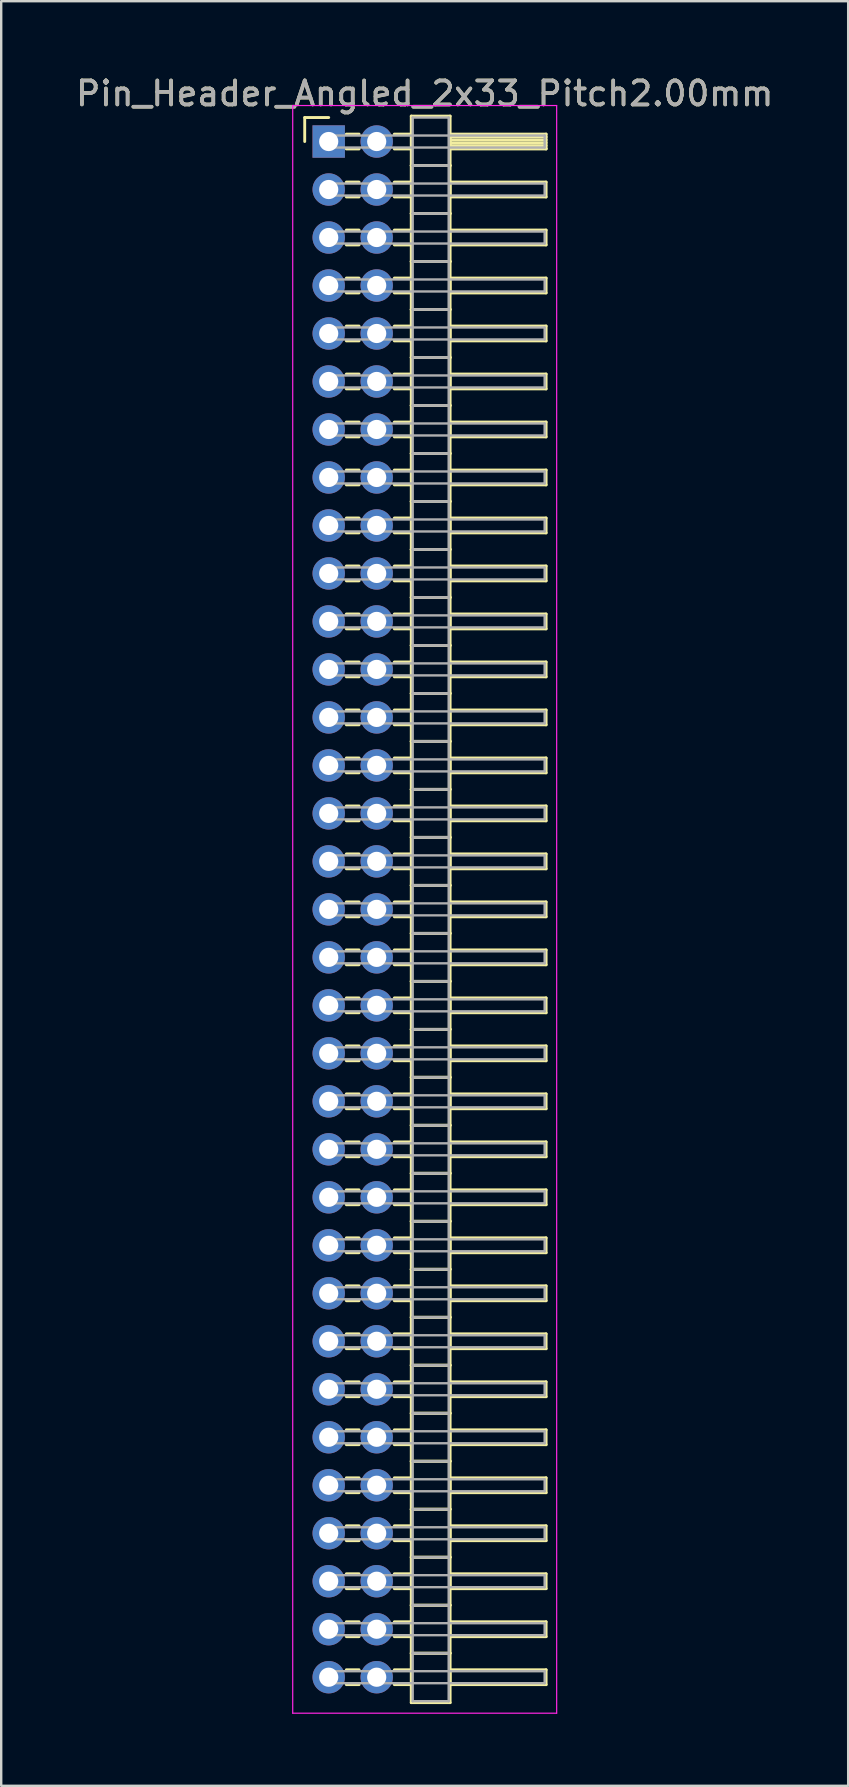
<source format=kicad_pcb>
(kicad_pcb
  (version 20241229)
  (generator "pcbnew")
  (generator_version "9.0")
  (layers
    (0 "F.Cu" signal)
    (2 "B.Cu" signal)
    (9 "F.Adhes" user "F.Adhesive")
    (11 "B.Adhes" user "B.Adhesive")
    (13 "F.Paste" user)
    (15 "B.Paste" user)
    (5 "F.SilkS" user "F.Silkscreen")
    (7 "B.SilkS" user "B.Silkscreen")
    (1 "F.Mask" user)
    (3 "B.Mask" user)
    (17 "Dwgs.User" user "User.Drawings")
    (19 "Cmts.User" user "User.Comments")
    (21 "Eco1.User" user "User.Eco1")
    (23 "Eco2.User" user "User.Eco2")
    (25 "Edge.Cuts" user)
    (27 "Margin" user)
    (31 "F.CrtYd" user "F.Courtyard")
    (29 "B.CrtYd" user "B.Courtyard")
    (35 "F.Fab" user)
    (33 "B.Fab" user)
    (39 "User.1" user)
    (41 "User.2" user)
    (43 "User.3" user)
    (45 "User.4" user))
  (footprint "Pin_Header_Angled_2x33_Pitch2.00mm"
    (layer "F.Cu")
    (at 10.649 2.848)
    (property "Reference" "Pin_Header_Angled_2x33_Pitch2.00mm" (at 4 -2 0) (layer "F.SilkS") (effects (font (size 1 1) (thickness 0.15))))
    (attr through_hole)
    (fp_line (start -1 -1) (end 0 -1) (stroke (width 0.12) (type solid)) (layer "F.SilkS"))
    (fp_line (start -1 0) (end -1 -1) (stroke (width 0.12) (type solid)) (layer "F.SilkS"))
    (fp_line (start 0.735 -0.31) (end 1.265 -0.31) (stroke (width 0.12) (type solid)) (layer "F.SilkS"))
    (fp_line (start 0.735 0.31) (end 1.265 0.31) (stroke (width 0.12) (type solid)) (layer "F.SilkS"))
    (fp_line (start 0.735 1.69) (end 1.265 1.69) (stroke (width 0.12) (type solid)) (layer "F.SilkS"))
    (fp_line (start 0.735 2.31) (end 1.265 2.31) (stroke (width 0.12) (type solid)) (layer "F.SilkS"))
    (fp_line (start 0.735 3.69) (end 1.265 3.69) (stroke (width 0.12) (type solid)) (layer "F.SilkS"))
    (fp_line (start 0.735 4.31) (end 1.265 4.31) (stroke (width 0.12) (type solid)) (layer "F.SilkS"))
    (fp_line (start 0.735 5.69) (end 1.265 5.69) (stroke (width 0.12) (type solid)) (layer "F.SilkS"))
    (fp_line (start 0.735 6.31) (end 1.265 6.31) (stroke (width 0.12) (type solid)) (layer "F.SilkS"))
    (fp_line (start 0.735 7.69) (end 1.265 7.69) (stroke (width 0.12) (type solid)) (layer "F.SilkS"))
    (fp_line (start 0.735 8.31) (end 1.265 8.31) (stroke (width 0.12) (type solid)) (layer "F.SilkS"))
    (fp_line (start 0.735 9.69) (end 1.265 9.69) (stroke (width 0.12) (type solid)) (layer "F.SilkS"))
    (fp_line (start 0.735 10.31) (end 1.265 10.31) (stroke (width 0.12) (type solid)) (layer "F.SilkS"))
    (fp_line (start 0.735 11.69) (end 1.265 11.69) (stroke (width 0.12) (type solid)) (layer "F.SilkS"))
    (fp_line (start 0.735 12.31) (end 1.265 12.31) (stroke (width 0.12) (type solid)) (layer "F.SilkS"))
    (fp_line (start 0.735 13.69) (end 1.265 13.69) (stroke (width 0.12) (type solid)) (layer "F.SilkS"))
    (fp_line (start 0.735 14.31) (end 1.265 14.31) (stroke (width 0.12) (type solid)) (layer "F.SilkS"))
    (fp_line (start 0.735 15.69) (end 1.265 15.69) (stroke (width 0.12) (type solid)) (layer "F.SilkS"))
    (fp_line (start 0.735 16.31) (end 1.265 16.31) (stroke (width 0.12) (type solid)) (layer "F.SilkS"))
    (fp_line (start 0.735 17.69) (end 1.265 17.69) (stroke (width 0.12) (type solid)) (layer "F.SilkS"))
    (fp_line (start 0.735 18.31) (end 1.265 18.31) (stroke (width 0.12) (type solid)) (layer "F.SilkS"))
    (fp_line (start 0.735 19.69) (end 1.265 19.69) (stroke (width 0.12) (type solid)) (layer "F.SilkS"))
    (fp_line (start 0.735 20.31) (end 1.265 20.31) (stroke (width 0.12) (type solid)) (layer "F.SilkS"))
    (fp_line (start 0.735 21.69) (end 1.265 21.69) (stroke (width 0.12) (type solid)) (layer "F.SilkS"))
    (fp_line (start 0.735 22.31) (end 1.265 22.31) (stroke (width 0.12) (type solid)) (layer "F.SilkS"))
    (fp_line (start 0.735 23.69) (end 1.265 23.69) (stroke (width 0.12) (type solid)) (layer "F.SilkS"))
    (fp_line (start 0.735 24.31) (end 1.265 24.31) (stroke (width 0.12) (type solid)) (layer "F.SilkS"))
    (fp_line (start 0.735 25.69) (end 1.265 25.69) (stroke (width 0.12) (type solid)) (layer "F.SilkS"))
    (fp_line (start 0.735 26.31) (end 1.265 26.31) (stroke (width 0.12) (type solid)) (layer "F.SilkS"))
    (fp_line (start 0.735 27.69) (end 1.265 27.69) (stroke (width 0.12) (type solid)) (layer "F.SilkS"))
    (fp_line (start 0.735 28.31) (end 1.265 28.31) (stroke (width 0.12) (type solid)) (layer "F.SilkS"))
    (fp_line (start 0.735 29.69) (end 1.265 29.69) (stroke (width 0.12) (type solid)) (layer "F.SilkS"))
    (fp_line (start 0.735 30.31) (end 1.265 30.31) (stroke (width 0.12) (type solid)) (layer "F.SilkS"))
    (fp_line (start 0.735 31.69) (end 1.265 31.69) (stroke (width 0.12) (type solid)) (layer "F.SilkS"))
    (fp_line (start 0.735 32.31) (end 1.265 32.31) (stroke (width 0.12) (type solid)) (layer "F.SilkS"))
    (fp_line (start 0.735 33.69) (end 1.265 33.69) (stroke (width 0.12) (type solid)) (layer "F.SilkS"))
    (fp_line (start 0.735 34.31) (end 1.265 34.31) (stroke (width 0.12) (type solid)) (layer "F.SilkS"))
    (fp_line (start 0.735 35.69) (end 1.265 35.69) (stroke (width 0.12) (type solid)) (layer "F.SilkS"))
    (fp_line (start 0.735 36.31) (end 1.265 36.31) (stroke (width 0.12) (type solid)) (layer "F.SilkS"))
    (fp_line (start 0.735 37.69) (end 1.265 37.69) (stroke (width 0.12) (type solid)) (layer "F.SilkS"))
    (fp_line (start 0.735 38.31) (end 1.265 38.31) (stroke (width 0.12) (type solid)) (layer "F.SilkS"))
    (fp_line (start 0.735 39.69) (end 1.265 39.69) (stroke (width 0.12) (type solid)) (layer "F.SilkS"))
    (fp_line (start 0.735 40.31) (end 1.265 40.31) (stroke (width 0.12) (type solid)) (layer "F.SilkS"))
    (fp_line (start 0.735 41.69) (end 1.265 41.69) (stroke (width 0.12) (type solid)) (layer "F.SilkS"))
    (fp_line (start 0.735 42.31) (end 1.265 42.31) (stroke (width 0.12) (type solid)) (layer "F.SilkS"))
    (fp_line (start 0.735 43.69) (end 1.265 43.69) (stroke (width 0.12) (type solid)) (layer "F.SilkS"))
    (fp_line (start 0.735 44.31) (end 1.265 44.31) (stroke (width 0.12) (type solid)) (layer "F.SilkS"))
    (fp_line (start 0.735 45.69) (end 1.265 45.69) (stroke (width 0.12) (type solid)) (layer "F.SilkS"))
    (fp_line (start 0.735 46.31) (end 1.265 46.31) (stroke (width 0.12) (type solid)) (layer "F.SilkS"))
    (fp_line (start 0.735 47.69) (end 1.265 47.69) (stroke (width 0.12) (type solid)) (layer "F.SilkS"))
    (fp_line (start 0.735 48.31) (end 1.265 48.31) (stroke (width 0.12) (type solid)) (layer "F.SilkS"))
    (fp_line (start 0.735 49.69) (end 1.265 49.69) (stroke (width 0.12) (type solid)) (layer "F.SilkS"))
    (fp_line (start 0.735 50.31) (end 1.265 50.31) (stroke (width 0.12) (type solid)) (layer "F.SilkS"))
    (fp_line (start 0.735 51.69) (end 1.265 51.69) (stroke (width 0.12) (type solid)) (layer "F.SilkS"))
    (fp_line (start 0.735 52.31) (end 1.265 52.31) (stroke (width 0.12) (type solid)) (layer "F.SilkS"))
    (fp_line (start 0.735 53.69) (end 1.265 53.69) (stroke (width 0.12) (type solid)) (layer "F.SilkS"))
    (fp_line (start 0.735 54.31) (end 1.265 54.31) (stroke (width 0.12) (type solid)) (layer "F.SilkS"))
    (fp_line (start 0.735 55.69) (end 1.265 55.69) (stroke (width 0.12) (type solid)) (layer "F.SilkS"))
    (fp_line (start 0.735 56.31) (end 1.265 56.31) (stroke (width 0.12) (type solid)) (layer "F.SilkS"))
    (fp_line (start 0.735 57.69) (end 1.265 57.69) (stroke (width 0.12) (type solid)) (layer "F.SilkS"))
    (fp_line (start 0.735 58.31) (end 1.265 58.31) (stroke (width 0.12) (type solid)) (layer "F.SilkS"))
    (fp_line (start 0.735 59.69) (end 1.265 59.69) (stroke (width 0.12) (type solid)) (layer "F.SilkS"))
    (fp_line (start 0.735 60.31) (end 1.265 60.31) (stroke (width 0.12) (type solid)) (layer "F.SilkS"))
    (fp_line (start 0.735 61.69) (end 1.265 61.69) (stroke (width 0.12) (type solid)) (layer "F.SilkS"))
    (fp_line (start 0.735 62.31) (end 1.265 62.31) (stroke (width 0.12) (type solid)) (layer "F.SilkS"))
    (fp_line (start 0.735 63.69) (end 1.265 63.69) (stroke (width 0.12) (type solid)) (layer "F.SilkS"))
    (fp_line (start 0.735 64.31) (end 1.265 64.31) (stroke (width 0.12) (type solid)) (layer "F.SilkS"))
    (fp_line (start 2.735 -0.31) (end 3.44 -0.31) (stroke (width 0.12) (type solid)) (layer "F.SilkS"))
    (fp_line (start 2.735 0.31) (end 3.44 0.31) (stroke (width 0.12) (type solid)) (layer "F.SilkS"))
    (fp_line (start 2.735 1.69) (end 3.44 1.69) (stroke (width 0.12) (type solid)) (layer "F.SilkS"))
    (fp_line (start 2.735 2.31) (end 3.44 2.31) (stroke (width 0.12) (type solid)) (layer "F.SilkS"))
    (fp_line (start 2.735 3.69) (end 3.44 3.69) (stroke (width 0.12) (type solid)) (layer "F.SilkS"))
    (fp_line (start 2.735 4.31) (end 3.44 4.31) (stroke (width 0.12) (type solid)) (layer "F.SilkS"))
    (fp_line (start 2.735 5.69) (end 3.44 5.69) (stroke (width 0.12) (type solid)) (layer "F.SilkS"))
    (fp_line (start 2.735 6.31) (end 3.44 6.31) (stroke (width 0.12) (type solid)) (layer "F.SilkS"))
    (fp_line (start 2.735 7.69) (end 3.44 7.69) (stroke (width 0.12) (type solid)) (layer "F.SilkS"))
    (fp_line (start 2.735 8.31) (end 3.44 8.31) (stroke (width 0.12) (type solid)) (layer "F.SilkS"))
    (fp_line (start 2.735 9.69) (end 3.44 9.69) (stroke (width 0.12) (type solid)) (layer "F.SilkS"))
    (fp_line (start 2.735 10.31) (end 3.44 10.31) (stroke (width 0.12) (type solid)) (layer "F.SilkS"))
    (fp_line (start 2.735 11.69) (end 3.44 11.69) (stroke (width 0.12) (type solid)) (layer "F.SilkS"))
    (fp_line (start 2.735 12.31) (end 3.44 12.31) (stroke (width 0.12) (type solid)) (layer "F.SilkS"))
    (fp_line (start 2.735 13.69) (end 3.44 13.69) (stroke (width 0.12) (type solid)) (layer "F.SilkS"))
    (fp_line (start 2.735 14.31) (end 3.44 14.31) (stroke (width 0.12) (type solid)) (layer "F.SilkS"))
    (fp_line (start 2.735 15.69) (end 3.44 15.69) (stroke (width 0.12) (type solid)) (layer "F.SilkS"))
    (fp_line (start 2.735 16.31) (end 3.44 16.31) (stroke (width 0.12) (type solid)) (layer "F.SilkS"))
    (fp_line (start 2.735 17.69) (end 3.44 17.69) (stroke (width 0.12) (type solid)) (layer "F.SilkS"))
    (fp_line (start 2.735 18.31) (end 3.44 18.31) (stroke (width 0.12) (type solid)) (layer "F.SilkS"))
    (fp_line (start 2.735 19.69) (end 3.44 19.69) (stroke (width 0.12) (type solid)) (layer "F.SilkS"))
    (fp_line (start 2.735 20.31) (end 3.44 20.31) (stroke (width 0.12) (type solid)) (layer "F.SilkS"))
    (fp_line (start 2.735 21.69) (end 3.44 21.69) (stroke (width 0.12) (type solid)) (layer "F.SilkS"))
    (fp_line (start 2.735 22.31) (end 3.44 22.31) (stroke (width 0.12) (type solid)) (layer "F.SilkS"))
    (fp_line (start 2.735 23.69) (end 3.44 23.69) (stroke (width 0.12) (type solid)) (layer "F.SilkS"))
    (fp_line (start 2.735 24.31) (end 3.44 24.31) (stroke (width 0.12) (type solid)) (layer "F.SilkS"))
    (fp_line (start 2.735 25.69) (end 3.44 25.69) (stroke (width 0.12) (type solid)) (layer "F.SilkS"))
    (fp_line (start 2.735 26.31) (end 3.44 26.31) (stroke (width 0.12) (type solid)) (layer "F.SilkS"))
    (fp_line (start 2.735 27.69) (end 3.44 27.69) (stroke (width 0.12) (type solid)) (layer "F.SilkS"))
    (fp_line (start 2.735 28.31) (end 3.44 28.31) (stroke (width 0.12) (type solid)) (layer "F.SilkS"))
    (fp_line (start 2.735 29.69) (end 3.44 29.69) (stroke (width 0.12) (type solid)) (layer "F.SilkS"))
    (fp_line (start 2.735 30.31) (end 3.44 30.31) (stroke (width 0.12) (type solid)) (layer "F.SilkS"))
    (fp_line (start 2.735 31.69) (end 3.44 31.69) (stroke (width 0.12) (type solid)) (layer "F.SilkS"))
    (fp_line (start 2.735 32.31) (end 3.44 32.31) (stroke (width 0.12) (type solid)) (layer "F.SilkS"))
    (fp_line (start 2.735 33.69) (end 3.44 33.69) (stroke (width 0.12) (type solid)) (layer "F.SilkS"))
    (fp_line (start 2.735 34.31) (end 3.44 34.31) (stroke (width 0.12) (type solid)) (layer "F.SilkS"))
    (fp_line (start 2.735 35.69) (end 3.44 35.69) (stroke (width 0.12) (type solid)) (layer "F.SilkS"))
    (fp_line (start 2.735 36.31) (end 3.44 36.31) (stroke (width 0.12) (type solid)) (layer "F.SilkS"))
    (fp_line (start 2.735 37.69) (end 3.44 37.69) (stroke (width 0.12) (type solid)) (layer "F.SilkS"))
    (fp_line (start 2.735 38.31) (end 3.44 38.31) (stroke (width 0.12) (type solid)) (layer "F.SilkS"))
    (fp_line (start 2.735 39.69) (end 3.44 39.69) (stroke (width 0.12) (type solid)) (layer "F.SilkS"))
    (fp_line (start 2.735 40.31) (end 3.44 40.31) (stroke (width 0.12) (type solid)) (layer "F.SilkS"))
    (fp_line (start 2.735 41.69) (end 3.44 41.69) (stroke (width 0.12) (type solid)) (layer "F.SilkS"))
    (fp_line (start 2.735 42.31) (end 3.44 42.31) (stroke (width 0.12) (type solid)) (layer "F.SilkS"))
    (fp_line (start 2.735 43.69) (end 3.44 43.69) (stroke (width 0.12) (type solid)) (layer "F.SilkS"))
    (fp_line (start 2.735 44.31) (end 3.44 44.31) (stroke (width 0.12) (type solid)) (layer "F.SilkS"))
    (fp_line (start 2.735 45.69) (end 3.44 45.69) (stroke (width 0.12) (type solid)) (layer "F.SilkS"))
    (fp_line (start 2.735 46.31) (end 3.44 46.31) (stroke (width 0.12) (type solid)) (layer "F.SilkS"))
    (fp_line (start 2.735 47.69) (end 3.44 47.69) (stroke (width 0.12) (type solid)) (layer "F.SilkS"))
    (fp_line (start 2.735 48.31) (end 3.44 48.31) (stroke (width 0.12) (type solid)) (layer "F.SilkS"))
    (fp_line (start 2.735 49.69) (end 3.44 49.69) (stroke (width 0.12) (type solid)) (layer "F.SilkS"))
    (fp_line (start 2.735 50.31) (end 3.44 50.31) (stroke (width 0.12) (type solid)) (layer "F.SilkS"))
    (fp_line (start 2.735 51.69) (end 3.44 51.69) (stroke (width 0.12) (type solid)) (layer "F.SilkS"))
    (fp_line (start 2.735 52.31) (end 3.44 52.31) (stroke (width 0.12) (type solid)) (layer "F.SilkS"))
    (fp_line (start 2.735 53.69) (end 3.44 53.69) (stroke (width 0.12) (type solid)) (layer "F.SilkS"))
    (fp_line (start 2.735 54.31) (end 3.44 54.31) (stroke (width 0.12) (type solid)) (layer "F.SilkS"))
    (fp_line (start 2.735 55.69) (end 3.44 55.69) (stroke (width 0.12) (type solid)) (layer "F.SilkS"))
    (fp_line (start 2.735 56.31) (end 3.44 56.31) (stroke (width 0.12) (type solid)) (layer "F.SilkS"))
    (fp_line (start 2.735 57.69) (end 3.44 57.69) (stroke (width 0.12) (type solid)) (layer "F.SilkS"))
    (fp_line (start 2.735 58.31) (end 3.44 58.31) (stroke (width 0.12) (type solid)) (layer "F.SilkS"))
    (fp_line (start 2.735 59.69) (end 3.44 59.69) (stroke (width 0.12) (type solid)) (layer "F.SilkS"))
    (fp_line (start 2.735 60.31) (end 3.44 60.31) (stroke (width 0.12) (type solid)) (layer "F.SilkS"))
    (fp_line (start 2.735 61.69) (end 3.44 61.69) (stroke (width 0.12) (type solid)) (layer "F.SilkS"))
    (fp_line (start 2.735 62.31) (end 3.44 62.31) (stroke (width 0.12) (type solid)) (layer "F.SilkS"))
    (fp_line (start 2.735 63.69) (end 3.44 63.69) (stroke (width 0.12) (type solid)) (layer "F.SilkS"))
    (fp_line (start 2.735 64.31) (end 3.44 64.31) (stroke (width 0.12) (type solid)) (layer "F.SilkS"))
    (fp_line (start 3.44 -1.06) (end 3.44 1) (stroke (width 0.12) (type solid)) (layer "F.SilkS"))
    (fp_line (start 3.44 1) (end 3.44 3) (stroke (width 0.12) (type solid)) (layer "F.SilkS"))
    (fp_line (start 3.44 1) (end 5.06 1) (stroke (width 0.12) (type solid)) (layer "F.SilkS"))
    (fp_line (start 3.44 3) (end 3.44 5) (stroke (width 0.12) (type solid)) (layer "F.SilkS"))
    (fp_line (start 3.44 3) (end 5.06 3) (stroke (width 0.12) (type solid)) (layer "F.SilkS"))
    (fp_line (start 3.44 5) (end 3.44 7) (stroke (width 0.12) (type solid)) (layer "F.SilkS"))
    (fp_line (start 3.44 5) (end 5.06 5) (stroke (width 0.12) (type solid)) (layer "F.SilkS"))
    (fp_line (start 3.44 7) (end 3.44 9) (stroke (width 0.12) (type solid)) (layer "F.SilkS"))
    (fp_line (start 3.44 7) (end 5.06 7) (stroke (width 0.12) (type solid)) (layer "F.SilkS"))
    (fp_line (start 3.44 9) (end 3.44 11) (stroke (width 0.12) (type solid)) (layer "F.SilkS"))
    (fp_line (start 3.44 9) (end 5.06 9) (stroke (width 0.12) (type solid)) (layer "F.SilkS"))
    (fp_line (start 3.44 11) (end 3.44 13) (stroke (width 0.12) (type solid)) (layer "F.SilkS"))
    (fp_line (start 3.44 11) (end 5.06 11) (stroke (width 0.12) (type solid)) (layer "F.SilkS"))
    (fp_line (start 3.44 13) (end 3.44 15) (stroke (width 0.12) (type solid)) (layer "F.SilkS"))
    (fp_line (start 3.44 13) (end 5.06 13) (stroke (width 0.12) (type solid)) (layer "F.SilkS"))
    (fp_line (start 3.44 15) (end 3.44 17) (stroke (width 0.12) (type solid)) (layer "F.SilkS"))
    (fp_line (start 3.44 15) (end 5.06 15) (stroke (width 0.12) (type solid)) (layer "F.SilkS"))
    (fp_line (start 3.44 17) (end 3.44 19) (stroke (width 0.12) (type solid)) (layer "F.SilkS"))
    (fp_line (start 3.44 17) (end 5.06 17) (stroke (width 0.12) (type solid)) (layer "F.SilkS"))
    (fp_line (start 3.44 19) (end 3.44 21) (stroke (width 0.12) (type solid)) (layer "F.SilkS"))
    (fp_line (start 3.44 19) (end 5.06 19) (stroke (width 0.12) (type solid)) (layer "F.SilkS"))
    (fp_line (start 3.44 21) (end 3.44 23) (stroke (width 0.12) (type solid)) (layer "F.SilkS"))
    (fp_line (start 3.44 21) (end 5.06 21) (stroke (width 0.12) (type solid)) (layer "F.SilkS"))
    (fp_line (start 3.44 23) (end 3.44 25) (stroke (width 0.12) (type solid)) (layer "F.SilkS"))
    (fp_line (start 3.44 23) (end 5.06 23) (stroke (width 0.12) (type solid)) (layer "F.SilkS"))
    (fp_line (start 3.44 25) (end 3.44 27) (stroke (width 0.12) (type solid)) (layer "F.SilkS"))
    (fp_line (start 3.44 25) (end 5.06 25) (stroke (width 0.12) (type solid)) (layer "F.SilkS"))
    (fp_line (start 3.44 27) (end 3.44 29) (stroke (width 0.12) (type solid)) (layer "F.SilkS"))
    (fp_line (start 3.44 27) (end 5.06 27) (stroke (width 0.12) (type solid)) (layer "F.SilkS"))
    (fp_line (start 3.44 29) (end 3.44 31) (stroke (width 0.12) (type solid)) (layer "F.SilkS"))
    (fp_line (start 3.44 29) (end 5.06 29) (stroke (width 0.12) (type solid)) (layer "F.SilkS"))
    (fp_line (start 3.44 31) (end 3.44 33) (stroke (width 0.12) (type solid)) (layer "F.SilkS"))
    (fp_line (start 3.44 31) (end 5.06 31) (stroke (width 0.12) (type solid)) (layer "F.SilkS"))
    (fp_line (start 3.44 33) (end 3.44 35) (stroke (width 0.12) (type solid)) (layer "F.SilkS"))
    (fp_line (start 3.44 33) (end 5.06 33) (stroke (width 0.12) (type solid)) (layer "F.SilkS"))
    (fp_line (start 3.44 35) (end 3.44 37) (stroke (width 0.12) (type solid)) (layer "F.SilkS"))
    (fp_line (start 3.44 35) (end 5.06 35) (stroke (width 0.12) (type solid)) (layer "F.SilkS"))
    (fp_line (start 3.44 37) (end 3.44 39) (stroke (width 0.12) (type solid)) (layer "F.SilkS"))
    (fp_line (start 3.44 37) (end 5.06 37) (stroke (width 0.12) (type solid)) (layer "F.SilkS"))
    (fp_line (start 3.44 39) (end 3.44 41) (stroke (width 0.12) (type solid)) (layer "F.SilkS"))
    (fp_line (start 3.44 39) (end 5.06 39) (stroke (width 0.12) (type solid)) (layer "F.SilkS"))
    (fp_line (start 3.44 41) (end 3.44 43) (stroke (width 0.12) (type solid)) (layer "F.SilkS"))
    (fp_line (start 3.44 41) (end 5.06 41) (stroke (width 0.12) (type solid)) (layer "F.SilkS"))
    (fp_line (start 3.44 43) (end 3.44 45) (stroke (width 0.12) (type solid)) (layer "F.SilkS"))
    (fp_line (start 3.44 43) (end 5.06 43) (stroke (width 0.12) (type solid)) (layer "F.SilkS"))
    (fp_line (start 3.44 45) (end 3.44 47) (stroke (width 0.12) (type solid)) (layer "F.SilkS"))
    (fp_line (start 3.44 45) (end 5.06 45) (stroke (width 0.12) (type solid)) (layer "F.SilkS"))
    (fp_line (start 3.44 47) (end 3.44 49) (stroke (width 0.12) (type solid)) (layer "F.SilkS"))
    (fp_line (start 3.44 47) (end 5.06 47) (stroke (width 0.12) (type solid)) (layer "F.SilkS"))
    (fp_line (start 3.44 49) (end 3.44 51) (stroke (width 0.12) (type solid)) (layer "F.SilkS"))
    (fp_line (start 3.44 49) (end 5.06 49) (stroke (width 0.12) (type solid)) (layer "F.SilkS"))
    (fp_line (start 3.44 51) (end 3.44 53) (stroke (width 0.12) (type solid)) (layer "F.SilkS"))
    (fp_line (start 3.44 51) (end 5.06 51) (stroke (width 0.12) (type solid)) (layer "F.SilkS"))
    (fp_line (start 3.44 53) (end 3.44 55) (stroke (width 0.12) (type solid)) (layer "F.SilkS"))
    (fp_line (start 3.44 53) (end 5.06 53) (stroke (width 0.12) (type solid)) (layer "F.SilkS"))
    (fp_line (start 3.44 55) (end 3.44 57) (stroke (width 0.12) (type solid)) (layer "F.SilkS"))
    (fp_line (start 3.44 55) (end 5.06 55) (stroke (width 0.12) (type solid)) (layer "F.SilkS"))
    (fp_line (start 3.44 57) (end 3.44 59) (stroke (width 0.12) (type solid)) (layer "F.SilkS"))
    (fp_line (start 3.44 57) (end 5.06 57) (stroke (width 0.12) (type solid)) (layer "F.SilkS"))
    (fp_line (start 3.44 59) (end 3.44 61) (stroke (width 0.12) (type solid)) (layer "F.SilkS"))
    (fp_line (start 3.44 59) (end 5.06 59) (stroke (width 0.12) (type solid)) (layer "F.SilkS"))
    (fp_line (start 3.44 61) (end 3.44 63) (stroke (width 0.12) (type solid)) (layer "F.SilkS"))
    (fp_line (start 3.44 61) (end 5.06 61) (stroke (width 0.12) (type solid)) (layer "F.SilkS"))
    (fp_line (start 3.44 63) (end 3.44 65.06) (stroke (width 0.12) (type solid)) (layer "F.SilkS"))
    (fp_line (start 3.44 63) (end 5.06 63) (stroke (width 0.12) (type solid)) (layer "F.SilkS"))
    (fp_line (start 3.44 65.06) (end 5.06 65.06) (stroke (width 0.12) (type solid)) (layer "F.SilkS"))
    (fp_line (start 5.06 -1.06) (end 3.44 -1.06) (stroke (width 0.12) (type solid)) (layer "F.SilkS"))
    (fp_line (start 5.06 -0.31) (end 5.06 0.31) (stroke (width 0.12) (type solid)) (layer "F.SilkS"))
    (fp_line (start 5.06 -0.19) (end 9.06 -0.19) (stroke (width 0.12) (type solid)) (layer "F.SilkS"))
    (fp_line (start 5.06 -0.07) (end 9.06 -0.07) (stroke (width 0.12) (type solid)) (layer "F.SilkS"))
    (fp_line (start 5.06 0.05) (end 9.06 0.05) (stroke (width 0.12) (type solid)) (layer "F.SilkS"))
    (fp_line (start 5.06 0.17) (end 9.06 0.17) (stroke (width 0.12) (type solid)) (layer "F.SilkS"))
    (fp_line (start 5.06 0.29) (end 9.06 0.29) (stroke (width 0.12) (type solid)) (layer "F.SilkS"))
    (fp_line (start 5.06 0.31) (end 9.06 0.31) (stroke (width 0.12) (type solid)) (layer "F.SilkS"))
    (fp_line (start 5.06 1) (end 3.44 1) (stroke (width 0.12) (type solid)) (layer "F.SilkS"))
    (fp_line (start 5.06 1) (end 5.06 -1.06) (stroke (width 0.12) (type solid)) (layer "F.SilkS"))
    (fp_line (start 5.06 1.69) (end 5.06 2.31) (stroke (width 0.12) (type solid)) (layer "F.SilkS"))
    (fp_line (start 5.06 2.31) (end 9.06 2.31) (stroke (width 0.12) (type solid)) (layer "F.SilkS"))
    (fp_line (start 5.06 3) (end 3.44 3) (stroke (width 0.12) (type solid)) (layer "F.SilkS"))
    (fp_line (start 5.06 3) (end 5.06 1) (stroke (width 0.12) (type solid)) (layer "F.SilkS"))
    (fp_line (start 5.06 3.69) (end 5.06 4.31) (stroke (width 0.12) (type solid)) (layer "F.SilkS"))
    (fp_line (start 5.06 4.31) (end 9.06 4.31) (stroke (width 0.12) (type solid)) (layer "F.SilkS"))
    (fp_line (start 5.06 5) (end 3.44 5) (stroke (width 0.12) (type solid)) (layer "F.SilkS"))
    (fp_line (start 5.06 5) (end 5.06 3) (stroke (width 0.12) (type solid)) (layer "F.SilkS"))
    (fp_line (start 5.06 5.69) (end 5.06 6.31) (stroke (width 0.12) (type solid)) (layer "F.SilkS"))
    (fp_line (start 5.06 6.31) (end 9.06 6.31) (stroke (width 0.12) (type solid)) (layer "F.SilkS"))
    (fp_line (start 5.06 7) (end 3.44 7) (stroke (width 0.12) (type solid)) (layer "F.SilkS"))
    (fp_line (start 5.06 7) (end 5.06 5) (stroke (width 0.12) (type solid)) (layer "F.SilkS"))
    (fp_line (start 5.06 7.69) (end 5.06 8.31) (stroke (width 0.12) (type solid)) (layer "F.SilkS"))
    (fp_line (start 5.06 8.31) (end 9.06 8.31) (stroke (width 0.12) (type solid)) (layer "F.SilkS"))
    (fp_line (start 5.06 9) (end 3.44 9) (stroke (width 0.12) (type solid)) (layer "F.SilkS"))
    (fp_line (start 5.06 9) (end 5.06 7) (stroke (width 0.12) (type solid)) (layer "F.SilkS"))
    (fp_line (start 5.06 9.69) (end 5.06 10.31) (stroke (width 0.12) (type solid)) (layer "F.SilkS"))
    (fp_line (start 5.06 10.31) (end 9.06 10.31) (stroke (width 0.12) (type solid)) (layer "F.SilkS"))
    (fp_line (start 5.06 11) (end 3.44 11) (stroke (width 0.12) (type solid)) (layer "F.SilkS"))
    (fp_line (start 5.06 11) (end 5.06 9) (stroke (width 0.12) (type solid)) (layer "F.SilkS"))
    (fp_line (start 5.06 11.69) (end 5.06 12.31) (stroke (width 0.12) (type solid)) (layer "F.SilkS"))
    (fp_line (start 5.06 12.31) (end 9.06 12.31) (stroke (width 0.12) (type solid)) (layer "F.SilkS"))
    (fp_line (start 5.06 13) (end 3.44 13) (stroke (width 0.12) (type solid)) (layer "F.SilkS"))
    (fp_line (start 5.06 13) (end 5.06 11) (stroke (width 0.12) (type solid)) (layer "F.SilkS"))
    (fp_line (start 5.06 13.69) (end 5.06 14.31) (stroke (width 0.12) (type solid)) (layer "F.SilkS"))
    (fp_line (start 5.06 14.31) (end 9.06 14.31) (stroke (width 0.12) (type solid)) (layer "F.SilkS"))
    (fp_line (start 5.06 15) (end 3.44 15) (stroke (width 0.12) (type solid)) (layer "F.SilkS"))
    (fp_line (start 5.06 15) (end 5.06 13) (stroke (width 0.12) (type solid)) (layer "F.SilkS"))
    (fp_line (start 5.06 15.69) (end 5.06 16.31) (stroke (width 0.12) (type solid)) (layer "F.SilkS"))
    (fp_line (start 5.06 16.31) (end 9.06 16.31) (stroke (width 0.12) (type solid)) (layer "F.SilkS"))
    (fp_line (start 5.06 17) (end 3.44 17) (stroke (width 0.12) (type solid)) (layer "F.SilkS"))
    (fp_line (start 5.06 17) (end 5.06 15) (stroke (width 0.12) (type solid)) (layer "F.SilkS"))
    (fp_line (start 5.06 17.69) (end 5.06 18.31) (stroke (width 0.12) (type solid)) (layer "F.SilkS"))
    (fp_line (start 5.06 18.31) (end 9.06 18.31) (stroke (width 0.12) (type solid)) (layer "F.SilkS"))
    (fp_line (start 5.06 19) (end 3.44 19) (stroke (width 0.12) (type solid)) (layer "F.SilkS"))
    (fp_line (start 5.06 19) (end 5.06 17) (stroke (width 0.12) (type solid)) (layer "F.SilkS"))
    (fp_line (start 5.06 19.69) (end 5.06 20.31) (stroke (width 0.12) (type solid)) (layer "F.SilkS"))
    (fp_line (start 5.06 20.31) (end 9.06 20.31) (stroke (width 0.12) (type solid)) (layer "F.SilkS"))
    (fp_line (start 5.06 21) (end 3.44 21) (stroke (width 0.12) (type solid)) (layer "F.SilkS"))
    (fp_line (start 5.06 21) (end 5.06 19) (stroke (width 0.12) (type solid)) (layer "F.SilkS"))
    (fp_line (start 5.06 21.69) (end 5.06 22.31) (stroke (width 0.12) (type solid)) (layer "F.SilkS"))
    (fp_line (start 5.06 22.31) (end 9.06 22.31) (stroke (width 0.12) (type solid)) (layer "F.SilkS"))
    (fp_line (start 5.06 23) (end 3.44 23) (stroke (width 0.12) (type solid)) (layer "F.SilkS"))
    (fp_line (start 5.06 23) (end 5.06 21) (stroke (width 0.12) (type solid)) (layer "F.SilkS"))
    (fp_line (start 5.06 23.69) (end 5.06 24.31) (stroke (width 0.12) (type solid)) (layer "F.SilkS"))
    (fp_line (start 5.06 24.31) (end 9.06 24.31) (stroke (width 0.12) (type solid)) (layer "F.SilkS"))
    (fp_line (start 5.06 25) (end 3.44 25) (stroke (width 0.12) (type solid)) (layer "F.SilkS"))
    (fp_line (start 5.06 25) (end 5.06 23) (stroke (width 0.12) (type solid)) (layer "F.SilkS"))
    (fp_line (start 5.06 25.69) (end 5.06 26.31) (stroke (width 0.12) (type solid)) (layer "F.SilkS"))
    (fp_line (start 5.06 26.31) (end 9.06 26.31) (stroke (width 0.12) (type solid)) (layer "F.SilkS"))
    (fp_line (start 5.06 27) (end 3.44 27) (stroke (width 0.12) (type solid)) (layer "F.SilkS"))
    (fp_line (start 5.06 27) (end 5.06 25) (stroke (width 0.12) (type solid)) (layer "F.SilkS"))
    (fp_line (start 5.06 27.69) (end 5.06 28.31) (stroke (width 0.12) (type solid)) (layer "F.SilkS"))
    (fp_line (start 5.06 28.31) (end 9.06 28.31) (stroke (width 0.12) (type solid)) (layer "F.SilkS"))
    (fp_line (start 5.06 29) (end 3.44 29) (stroke (width 0.12) (type solid)) (layer "F.SilkS"))
    (fp_line (start 5.06 29) (end 5.06 27) (stroke (width 0.12) (type solid)) (layer "F.SilkS"))
    (fp_line (start 5.06 29.69) (end 5.06 30.31) (stroke (width 0.12) (type solid)) (layer "F.SilkS"))
    (fp_line (start 5.06 30.31) (end 9.06 30.31) (stroke (width 0.12) (type solid)) (layer "F.SilkS"))
    (fp_line (start 5.06 31) (end 3.44 31) (stroke (width 0.12) (type solid)) (layer "F.SilkS"))
    (fp_line (start 5.06 31) (end 5.06 29) (stroke (width 0.12) (type solid)) (layer "F.SilkS"))
    (fp_line (start 5.06 31.69) (end 5.06 32.31) (stroke (width 0.12) (type solid)) (layer "F.SilkS"))
    (fp_line (start 5.06 32.31) (end 9.06 32.31) (stroke (width 0.12) (type solid)) (layer "F.SilkS"))
    (fp_line (start 5.06 33) (end 3.44 33) (stroke (width 0.12) (type solid)) (layer "F.SilkS"))
    (fp_line (start 5.06 33) (end 5.06 31) (stroke (width 0.12) (type solid)) (layer "F.SilkS"))
    (fp_line (start 5.06 33.69) (end 5.06 34.31) (stroke (width 0.12) (type solid)) (layer "F.SilkS"))
    (fp_line (start 5.06 34.31) (end 9.06 34.31) (stroke (width 0.12) (type solid)) (layer "F.SilkS"))
    (fp_line (start 5.06 35) (end 3.44 35) (stroke (width 0.12) (type solid)) (layer "F.SilkS"))
    (fp_line (start 5.06 35) (end 5.06 33) (stroke (width 0.12) (type solid)) (layer "F.SilkS"))
    (fp_line (start 5.06 35.69) (end 5.06 36.31) (stroke (width 0.12) (type solid)) (layer "F.SilkS"))
    (fp_line (start 5.06 36.31) (end 9.06 36.31) (stroke (width 0.12) (type solid)) (layer "F.SilkS"))
    (fp_line (start 5.06 37) (end 3.44 37) (stroke (width 0.12) (type solid)) (layer "F.SilkS"))
    (fp_line (start 5.06 37) (end 5.06 35) (stroke (width 0.12) (type solid)) (layer "F.SilkS"))
    (fp_line (start 5.06 37.69) (end 5.06 38.31) (stroke (width 0.12) (type solid)) (layer "F.SilkS"))
    (fp_line (start 5.06 38.31) (end 9.06 38.31) (stroke (width 0.12) (type solid)) (layer "F.SilkS"))
    (fp_line (start 5.06 39) (end 3.44 39) (stroke (width 0.12) (type solid)) (layer "F.SilkS"))
    (fp_line (start 5.06 39) (end 5.06 37) (stroke (width 0.12) (type solid)) (layer "F.SilkS"))
    (fp_line (start 5.06 39.69) (end 5.06 40.31) (stroke (width 0.12) (type solid)) (layer "F.SilkS"))
    (fp_line (start 5.06 40.31) (end 9.06 40.31) (stroke (width 0.12) (type solid)) (layer "F.SilkS"))
    (fp_line (start 5.06 41) (end 3.44 41) (stroke (width 0.12) (type solid)) (layer "F.SilkS"))
    (fp_line (start 5.06 41) (end 5.06 39) (stroke (width 0.12) (type solid)) (layer "F.SilkS"))
    (fp_line (start 5.06 41.69) (end 5.06 42.31) (stroke (width 0.12) (type solid)) (layer "F.SilkS"))
    (fp_line (start 5.06 42.31) (end 9.06 42.31) (stroke (width 0.12) (type solid)) (layer "F.SilkS"))
    (fp_line (start 5.06 43) (end 3.44 43) (stroke (width 0.12) (type solid)) (layer "F.SilkS"))
    (fp_line (start 5.06 43) (end 5.06 41) (stroke (width 0.12) (type solid)) (layer "F.SilkS"))
    (fp_line (start 5.06 43.69) (end 5.06 44.31) (stroke (width 0.12) (type solid)) (layer "F.SilkS"))
    (fp_line (start 5.06 44.31) (end 9.06 44.31) (stroke (width 0.12) (type solid)) (layer "F.SilkS"))
    (fp_line (start 5.06 45) (end 3.44 45) (stroke (width 0.12) (type solid)) (layer "F.SilkS"))
    (fp_line (start 5.06 45) (end 5.06 43) (stroke (width 0.12) (type solid)) (layer "F.SilkS"))
    (fp_line (start 5.06 45.69) (end 5.06 46.31) (stroke (width 0.12) (type solid)) (layer "F.SilkS"))
    (fp_line (start 5.06 46.31) (end 9.06 46.31) (stroke (width 0.12) (type solid)) (layer "F.SilkS"))
    (fp_line (start 5.06 47) (end 3.44 47) (stroke (width 0.12) (type solid)) (layer "F.SilkS"))
    (fp_line (start 5.06 47) (end 5.06 45) (stroke (width 0.12) (type solid)) (layer "F.SilkS"))
    (fp_line (start 5.06 47.69) (end 5.06 48.31) (stroke (width 0.12) (type solid)) (layer "F.SilkS"))
    (fp_line (start 5.06 48.31) (end 9.06 48.31) (stroke (width 0.12) (type solid)) (layer "F.SilkS"))
    (fp_line (start 5.06 49) (end 3.44 49) (stroke (width 0.12) (type solid)) (layer "F.SilkS"))
    (fp_line (start 5.06 49) (end 5.06 47) (stroke (width 0.12) (type solid)) (layer "F.SilkS"))
    (fp_line (start 5.06 49.69) (end 5.06 50.31) (stroke (width 0.12) (type solid)) (layer "F.SilkS"))
    (fp_line (start 5.06 50.31) (end 9.06 50.31) (stroke (width 0.12) (type solid)) (layer "F.SilkS"))
    (fp_line (start 5.06 51) (end 3.44 51) (stroke (width 0.12) (type solid)) (layer "F.SilkS"))
    (fp_line (start 5.06 51) (end 5.06 49) (stroke (width 0.12) (type solid)) (layer "F.SilkS"))
    (fp_line (start 5.06 51.69) (end 5.06 52.31) (stroke (width 0.12) (type solid)) (layer "F.SilkS"))
    (fp_line (start 5.06 52.31) (end 9.06 52.31) (stroke (width 0.12) (type solid)) (layer "F.SilkS"))
    (fp_line (start 5.06 53) (end 3.44 53) (stroke (width 0.12) (type solid)) (layer "F.SilkS"))
    (fp_line (start 5.06 53) (end 5.06 51) (stroke (width 0.12) (type solid)) (layer "F.SilkS"))
    (fp_line (start 5.06 53.69) (end 5.06 54.31) (stroke (width 0.12) (type solid)) (layer "F.SilkS"))
    (fp_line (start 5.06 54.31) (end 9.06 54.31) (stroke (width 0.12) (type solid)) (layer "F.SilkS"))
    (fp_line (start 5.06 55) (end 3.44 55) (stroke (width 0.12) (type solid)) (layer "F.SilkS"))
    (fp_line (start 5.06 55) (end 5.06 53) (stroke (width 0.12) (type solid)) (layer "F.SilkS"))
    (fp_line (start 5.06 55.69) (end 5.06 56.31) (stroke (width 0.12) (type solid)) (layer "F.SilkS"))
    (fp_line (start 5.06 56.31) (end 9.06 56.31) (stroke (width 0.12) (type solid)) (layer "F.SilkS"))
    (fp_line (start 5.06 57) (end 3.44 57) (stroke (width 0.12) (type solid)) (layer "F.SilkS"))
    (fp_line (start 5.06 57) (end 5.06 55) (stroke (width 0.12) (type solid)) (layer "F.SilkS"))
    (fp_line (start 5.06 57.69) (end 5.06 58.31) (stroke (width 0.12) (type solid)) (layer "F.SilkS"))
    (fp_line (start 5.06 58.31) (end 9.06 58.31) (stroke (width 0.12) (type solid)) (layer "F.SilkS"))
    (fp_line (start 5.06 59) (end 3.44 59) (stroke (width 0.12) (type solid)) (layer "F.SilkS"))
    (fp_line (start 5.06 59) (end 5.06 57) (stroke (width 0.12) (type solid)) (layer "F.SilkS"))
    (fp_line (start 5.06 59.69) (end 5.06 60.31) (stroke (width 0.12) (type solid)) (layer "F.SilkS"))
    (fp_line (start 5.06 60.31) (end 9.06 60.31) (stroke (width 0.12) (type solid)) (layer "F.SilkS"))
    (fp_line (start 5.06 61) (end 3.44 61) (stroke (width 0.12) (type solid)) (layer "F.SilkS"))
    (fp_line (start 5.06 61) (end 5.06 59) (stroke (width 0.12) (type solid)) (layer "F.SilkS"))
    (fp_line (start 5.06 61.69) (end 5.06 62.31) (stroke (width 0.12) (type solid)) (layer "F.SilkS"))
    (fp_line (start 5.06 62.31) (end 9.06 62.31) (stroke (width 0.12) (type solid)) (layer "F.SilkS"))
    (fp_line (start 5.06 63) (end 3.44 63) (stroke (width 0.12) (type solid)) (layer "F.SilkS"))
    (fp_line (start 5.06 63) (end 5.06 61) (stroke (width 0.12) (type solid)) (layer "F.SilkS"))
    (fp_line (start 5.06 63.69) (end 5.06 64.31) (stroke (width 0.12) (type solid)) (layer "F.SilkS"))
    (fp_line (start 5.06 64.31) (end 9.06 64.31) (stroke (width 0.12) (type solid)) (layer "F.SilkS"))
    (fp_line (start 5.06 65.06) (end 5.06 63) (stroke (width 0.12) (type solid)) (layer "F.SilkS"))
    (fp_line (start 9.06 -0.31) (end 5.06 -0.31) (stroke (width 0.12) (type solid)) (layer "F.SilkS"))
    (fp_line (start 9.06 0.31) (end 9.06 -0.31) (stroke (width 0.12) (type solid)) (layer "F.SilkS"))
    (fp_line (start 9.06 1.69) (end 5.06 1.69) (stroke (width 0.12) (type solid)) (layer "F.SilkS"))
    (fp_line (start 9.06 2.31) (end 9.06 1.69) (stroke (width 0.12) (type solid)) (layer "F.SilkS"))
    (fp_line (start 9.06 3.69) (end 5.06 3.69) (stroke (width 0.12) (type solid)) (layer "F.SilkS"))
    (fp_line (start 9.06 4.31) (end 9.06 3.69) (stroke (width 0.12) (type solid)) (layer "F.SilkS"))
    (fp_line (start 9.06 5.69) (end 5.06 5.69) (stroke (width 0.12) (type solid)) (layer "F.SilkS"))
    (fp_line (start 9.06 6.31) (end 9.06 5.69) (stroke (width 0.12) (type solid)) (layer "F.SilkS"))
    (fp_line (start 9.06 7.69) (end 5.06 7.69) (stroke (width 0.12) (type solid)) (layer "F.SilkS"))
    (fp_line (start 9.06 8.31) (end 9.06 7.69) (stroke (width 0.12) (type solid)) (layer "F.SilkS"))
    (fp_line (start 9.06 9.69) (end 5.06 9.69) (stroke (width 0.12) (type solid)) (layer "F.SilkS"))
    (fp_line (start 9.06 10.31) (end 9.06 9.69) (stroke (width 0.12) (type solid)) (layer "F.SilkS"))
    (fp_line (start 9.06 11.69) (end 5.06 11.69) (stroke (width 0.12) (type solid)) (layer "F.SilkS"))
    (fp_line (start 9.06 12.31) (end 9.06 11.69) (stroke (width 0.12) (type solid)) (layer "F.SilkS"))
    (fp_line (start 9.06 13.69) (end 5.06 13.69) (stroke (width 0.12) (type solid)) (layer "F.SilkS"))
    (fp_line (start 9.06 14.31) (end 9.06 13.69) (stroke (width 0.12) (type solid)) (layer "F.SilkS"))
    (fp_line (start 9.06 15.69) (end 5.06 15.69) (stroke (width 0.12) (type solid)) (layer "F.SilkS"))
    (fp_line (start 9.06 16.31) (end 9.06 15.69) (stroke (width 0.12) (type solid)) (layer "F.SilkS"))
    (fp_line (start 9.06 17.69) (end 5.06 17.69) (stroke (width 0.12) (type solid)) (layer "F.SilkS"))
    (fp_line (start 9.06 18.31) (end 9.06 17.69) (stroke (width 0.12) (type solid)) (layer "F.SilkS"))
    (fp_line (start 9.06 19.69) (end 5.06 19.69) (stroke (width 0.12) (type solid)) (layer "F.SilkS"))
    (fp_line (start 9.06 20.31) (end 9.06 19.69) (stroke (width 0.12) (type solid)) (layer "F.SilkS"))
    (fp_line (start 9.06 21.69) (end 5.06 21.69) (stroke (width 0.12) (type solid)) (layer "F.SilkS"))
    (fp_line (start 9.06 22.31) (end 9.06 21.69) (stroke (width 0.12) (type solid)) (layer "F.SilkS"))
    (fp_line (start 9.06 23.69) (end 5.06 23.69) (stroke (width 0.12) (type solid)) (layer "F.SilkS"))
    (fp_line (start 9.06 24.31) (end 9.06 23.69) (stroke (width 0.12) (type solid)) (layer "F.SilkS"))
    (fp_line (start 9.06 25.69) (end 5.06 25.69) (stroke (width 0.12) (type solid)) (layer "F.SilkS"))
    (fp_line (start 9.06 26.31) (end 9.06 25.69) (stroke (width 0.12) (type solid)) (layer "F.SilkS"))
    (fp_line (start 9.06 27.69) (end 5.06 27.69) (stroke (width 0.12) (type solid)) (layer "F.SilkS"))
    (fp_line (start 9.06 28.31) (end 9.06 27.69) (stroke (width 0.12) (type solid)) (layer "F.SilkS"))
    (fp_line (start 9.06 29.69) (end 5.06 29.69) (stroke (width 0.12) (type solid)) (layer "F.SilkS"))
    (fp_line (start 9.06 30.31) (end 9.06 29.69) (stroke (width 0.12) (type solid)) (layer "F.SilkS"))
    (fp_line (start 9.06 31.69) (end 5.06 31.69) (stroke (width 0.12) (type solid)) (layer "F.SilkS"))
    (fp_line (start 9.06 32.31) (end 9.06 31.69) (stroke (width 0.12) (type solid)) (layer "F.SilkS"))
    (fp_line (start 9.06 33.69) (end 5.06 33.69) (stroke (width 0.12) (type solid)) (layer "F.SilkS"))
    (fp_line (start 9.06 34.31) (end 9.06 33.69) (stroke (width 0.12) (type solid)) (layer "F.SilkS"))
    (fp_line (start 9.06 35.69) (end 5.06 35.69) (stroke (width 0.12) (type solid)) (layer "F.SilkS"))
    (fp_line (start 9.06 36.31) (end 9.06 35.69) (stroke (width 0.12) (type solid)) (layer "F.SilkS"))
    (fp_line (start 9.06 37.69) (end 5.06 37.69) (stroke (width 0.12) (type solid)) (layer "F.SilkS"))
    (fp_line (start 9.06 38.31) (end 9.06 37.69) (stroke (width 0.12) (type solid)) (layer "F.SilkS"))
    (fp_line (start 9.06 39.69) (end 5.06 39.69) (stroke (width 0.12) (type solid)) (layer "F.SilkS"))
    (fp_line (start 9.06 40.31) (end 9.06 39.69) (stroke (width 0.12) (type solid)) (layer "F.SilkS"))
    (fp_line (start 9.06 41.69) (end 5.06 41.69) (stroke (width 0.12) (type solid)) (layer "F.SilkS"))
    (fp_line (start 9.06 42.31) (end 9.06 41.69) (stroke (width 0.12) (type solid)) (layer "F.SilkS"))
    (fp_line (start 9.06 43.69) (end 5.06 43.69) (stroke (width 0.12) (type solid)) (layer "F.SilkS"))
    (fp_line (start 9.06 44.31) (end 9.06 43.69) (stroke (width 0.12) (type solid)) (layer "F.SilkS"))
    (fp_line (start 9.06 45.69) (end 5.06 45.69) (stroke (width 0.12) (type solid)) (layer "F.SilkS"))
    (fp_line (start 9.06 46.31) (end 9.06 45.69) (stroke (width 0.12) (type solid)) (layer "F.SilkS"))
    (fp_line (start 9.06 47.69) (end 5.06 47.69) (stroke (width 0.12) (type solid)) (layer "F.SilkS"))
    (fp_line (start 9.06 48.31) (end 9.06 47.69) (stroke (width 0.12) (type solid)) (layer "F.SilkS"))
    (fp_line (start 9.06 49.69) (end 5.06 49.69) (stroke (width 0.12) (type solid)) (layer "F.SilkS"))
    (fp_line (start 9.06 50.31) (end 9.06 49.69) (stroke (width 0.12) (type solid)) (layer "F.SilkS"))
    (fp_line (start 9.06 51.69) (end 5.06 51.69) (stroke (width 0.12) (type solid)) (layer "F.SilkS"))
    (fp_line (start 9.06 52.31) (end 9.06 51.69) (stroke (width 0.12) (type solid)) (layer "F.SilkS"))
    (fp_line (start 9.06 53.69) (end 5.06 53.69) (stroke (width 0.12) (type solid)) (layer "F.SilkS"))
    (fp_line (start 9.06 54.31) (end 9.06 53.69) (stroke (width 0.12) (type solid)) (layer "F.SilkS"))
    (fp_line (start 9.06 55.69) (end 5.06 55.69) (stroke (width 0.12) (type solid)) (layer "F.SilkS"))
    (fp_line (start 9.06 56.31) (end 9.06 55.69) (stroke (width 0.12) (type solid)) (layer "F.SilkS"))
    (fp_line (start 9.06 57.69) (end 5.06 57.69) (stroke (width 0.12) (type solid)) (layer "F.SilkS"))
    (fp_line (start 9.06 58.31) (end 9.06 57.69) (stroke (width 0.12) (type solid)) (layer "F.SilkS"))
    (fp_line (start 9.06 59.69) (end 5.06 59.69) (stroke (width 0.12) (type solid)) (layer "F.SilkS"))
    (fp_line (start 9.06 60.31) (end 9.06 59.69) (stroke (width 0.12) (type solid)) (layer "F.SilkS"))
    (fp_line (start 9.06 61.69) (end 5.06 61.69) (stroke (width 0.12) (type solid)) (layer "F.SilkS"))
    (fp_line (start 9.06 62.31) (end 9.06 61.69) (stroke (width 0.12) (type solid)) (layer "F.SilkS"))
    (fp_line (start 9.06 63.69) (end 5.06 63.69) (stroke (width 0.12) (type solid)) (layer "F.SilkS"))
    (fp_line (start 9.06 64.31) (end 9.06 63.69) (stroke (width 0.12) (type solid)) (layer "F.SilkS"))
    (fp_line (start -1.5 -1.5) (end -1.5 65.5) (stroke (width 0.05) (type solid)) (layer "F.CrtYd"))
    (fp_line (start -1.5 65.5) (end 9.5 65.5) (stroke (width 0.05) (type solid)) (layer "F.CrtYd"))
    (fp_line (start 9.5 -1.5) (end -1.5 -1.5) (stroke (width 0.05) (type solid)) (layer "F.CrtYd"))
    (fp_line (start 9.5 65.5) (end 9.5 -1.5) (stroke (width 0.05) (type solid)) (layer "F.CrtYd"))
    (fp_line (start 0 -0.25) (end 0 0.25) (stroke (width 0.1) (type solid)) (layer "F.Fab"))
    (fp_line (start 0 0.25) (end 9 0.25) (stroke (width 0.1) (type solid)) (layer "F.Fab"))
    (fp_line (start 0 1.75) (end 0 2.25) (stroke (width 0.1) (type solid)) (layer "F.Fab"))
    (fp_line (start 0 2.25) (end 9 2.25) (stroke (width 0.1) (type solid)) (layer "F.Fab"))
    (fp_line (start 0 3.75) (end 0 4.25) (stroke (width 0.1) (type solid)) (layer "F.Fab"))
    (fp_line (start 0 4.25) (end 9 4.25) (stroke (width 0.1) (type solid)) (layer "F.Fab"))
    (fp_line (start 0 5.75) (end 0 6.25) (stroke (width 0.1) (type solid)) (layer "F.Fab"))
    (fp_line (start 0 6.25) (end 9 6.25) (stroke (width 0.1) (type solid)) (layer "F.Fab"))
    (fp_line (start 0 7.75) (end 0 8.25) (stroke (width 0.1) (type solid)) (layer "F.Fab"))
    (fp_line (start 0 8.25) (end 9 8.25) (stroke (width 0.1) (type solid)) (layer "F.Fab"))
    (fp_line (start 0 9.75) (end 0 10.25) (stroke (width 0.1) (type solid)) (layer "F.Fab"))
    (fp_line (start 0 10.25) (end 9 10.25) (stroke (width 0.1) (type solid)) (layer "F.Fab"))
    (fp_line (start 0 11.75) (end 0 12.25) (stroke (width 0.1) (type solid)) (layer "F.Fab"))
    (fp_line (start 0 12.25) (end 9 12.25) (stroke (width 0.1) (type solid)) (layer "F.Fab"))
    (fp_line (start 0 13.75) (end 0 14.25) (stroke (width 0.1) (type solid)) (layer "F.Fab"))
    (fp_line (start 0 14.25) (end 9 14.25) (stroke (width 0.1) (type solid)) (layer "F.Fab"))
    (fp_line (start 0 15.75) (end 0 16.25) (stroke (width 0.1) (type solid)) (layer "F.Fab"))
    (fp_line (start 0 16.25) (end 9 16.25) (stroke (width 0.1) (type solid)) (layer "F.Fab"))
    (fp_line (start 0 17.75) (end 0 18.25) (stroke (width 0.1) (type solid)) (layer "F.Fab"))
    (fp_line (start 0 18.25) (end 9 18.25) (stroke (width 0.1) (type solid)) (layer "F.Fab"))
    (fp_line (start 0 19.75) (end 0 20.25) (stroke (width 0.1) (type solid)) (layer "F.Fab"))
    (fp_line (start 0 20.25) (end 9 20.25) (stroke (width 0.1) (type solid)) (layer "F.Fab"))
    (fp_line (start 0 21.75) (end 0 22.25) (stroke (width 0.1) (type solid)) (layer "F.Fab"))
    (fp_line (start 0 22.25) (end 9 22.25) (stroke (width 0.1) (type solid)) (layer "F.Fab"))
    (fp_line (start 0 23.75) (end 0 24.25) (stroke (width 0.1) (type solid)) (layer "F.Fab"))
    (fp_line (start 0 24.25) (end 9 24.25) (stroke (width 0.1) (type solid)) (layer "F.Fab"))
    (fp_line (start 0 25.75) (end 0 26.25) (stroke (width 0.1) (type solid)) (layer "F.Fab"))
    (fp_line (start 0 26.25) (end 9 26.25) (stroke (width 0.1) (type solid)) (layer "F.Fab"))
    (fp_line (start 0 27.75) (end 0 28.25) (stroke (width 0.1) (type solid)) (layer "F.Fab"))
    (fp_line (start 0 28.25) (end 9 28.25) (stroke (width 0.1) (type solid)) (layer "F.Fab"))
    (fp_line (start 0 29.75) (end 0 30.25) (stroke (width 0.1) (type solid)) (layer "F.Fab"))
    (fp_line (start 0 30.25) (end 9 30.25) (stroke (width 0.1) (type solid)) (layer "F.Fab"))
    (fp_line (start 0 31.75) (end 0 32.25) (stroke (width 0.1) (type solid)) (layer "F.Fab"))
    (fp_line (start 0 32.25) (end 9 32.25) (stroke (width 0.1) (type solid)) (layer "F.Fab"))
    (fp_line (start 0 33.75) (end 0 34.25) (stroke (width 0.1) (type solid)) (layer "F.Fab"))
    (fp_line (start 0 34.25) (end 9 34.25) (stroke (width 0.1) (type solid)) (layer "F.Fab"))
    (fp_line (start 0 35.75) (end 0 36.25) (stroke (width 0.1) (type solid)) (layer "F.Fab"))
    (fp_line (start 0 36.25) (end 9 36.25) (stroke (width 0.1) (type solid)) (layer "F.Fab"))
    (fp_line (start 0 37.75) (end 0 38.25) (stroke (width 0.1) (type solid)) (layer "F.Fab"))
    (fp_line (start 0 38.25) (end 9 38.25) (stroke (width 0.1) (type solid)) (layer "F.Fab"))
    (fp_line (start 0 39.75) (end 0 40.25) (stroke (width 0.1) (type solid)) (layer "F.Fab"))
    (fp_line (start 0 40.25) (end 9 40.25) (stroke (width 0.1) (type solid)) (layer "F.Fab"))
    (fp_line (start 0 41.75) (end 0 42.25) (stroke (width 0.1) (type solid)) (layer "F.Fab"))
    (fp_line (start 0 42.25) (end 9 42.25) (stroke (width 0.1) (type solid)) (layer "F.Fab"))
    (fp_line (start 0 43.75) (end 0 44.25) (stroke (width 0.1) (type solid)) (layer "F.Fab"))
    (fp_line (start 0 44.25) (end 9 44.25) (stroke (width 0.1) (type solid)) (layer "F.Fab"))
    (fp_line (start 0 45.75) (end 0 46.25) (stroke (width 0.1) (type solid)) (layer "F.Fab"))
    (fp_line (start 0 46.25) (end 9 46.25) (stroke (width 0.1) (type solid)) (layer "F.Fab"))
    (fp_line (start 0 47.75) (end 0 48.25) (stroke (width 0.1) (type solid)) (layer "F.Fab"))
    (fp_line (start 0 48.25) (end 9 48.25) (stroke (width 0.1) (type solid)) (layer "F.Fab"))
    (fp_line (start 0 49.75) (end 0 50.25) (stroke (width 0.1) (type solid)) (layer "F.Fab"))
    (fp_line (start 0 50.25) (end 9 50.25) (stroke (width 0.1) (type solid)) (layer "F.Fab"))
    (fp_line (start 0 51.75) (end 0 52.25) (stroke (width 0.1) (type solid)) (layer "F.Fab"))
    (fp_line (start 0 52.25) (end 9 52.25) (stroke (width 0.1) (type solid)) (layer "F.Fab"))
    (fp_line (start 0 53.75) (end 0 54.25) (stroke (width 0.1) (type solid)) (layer "F.Fab"))
    (fp_line (start 0 54.25) (end 9 54.25) (stroke (width 0.1) (type solid)) (layer "F.Fab"))
    (fp_line (start 0 55.75) (end 0 56.25) (stroke (width 0.1) (type solid)) (layer "F.Fab"))
    (fp_line (start 0 56.25) (end 9 56.25) (stroke (width 0.1) (type solid)) (layer "F.Fab"))
    (fp_line (start 0 57.75) (end 0 58.25) (stroke (width 0.1) (type solid)) (layer "F.Fab"))
    (fp_line (start 0 58.25) (end 9 58.25) (stroke (width 0.1) (type solid)) (layer "F.Fab"))
    (fp_line (start 0 59.75) (end 0 60.25) (stroke (width 0.1) (type solid)) (layer "F.Fab"))
    (fp_line (start 0 60.25) (end 9 60.25) (stroke (width 0.1) (type solid)) (layer "F.Fab"))
    (fp_line (start 0 61.75) (end 0 62.25) (stroke (width 0.1) (type solid)) (layer "F.Fab"))
    (fp_line (start 0 62.25) (end 9 62.25) (stroke (width 0.1) (type solid)) (layer "F.Fab"))
    (fp_line (start 0 63.75) (end 0 64.25) (stroke (width 0.1) (type solid)) (layer "F.Fab"))
    (fp_line (start 0 64.25) (end 9 64.25) (stroke (width 0.1) (type solid)) (layer "F.Fab"))
    (fp_line (start 3.5 -1) (end 3.5 1) (stroke (width 0.1) (type solid)) (layer "F.Fab"))
    (fp_line (start 3.5 1) (end 3.5 3) (stroke (width 0.1) (type solid)) (layer "F.Fab"))
    (fp_line (start 3.5 1) (end 5 1) (stroke (width 0.1) (type solid)) (layer "F.Fab"))
    (fp_line (start 3.5 3) (end 3.5 5) (stroke (width 0.1) (type solid)) (layer "F.Fab"))
    (fp_line (start 3.5 3) (end 5 3) (stroke (width 0.1) (type solid)) (layer "F.Fab"))
    (fp_line (start 3.5 5) (end 3.5 7) (stroke (width 0.1) (type solid)) (layer "F.Fab"))
    (fp_line (start 3.5 5) (end 5 5) (stroke (width 0.1) (type solid)) (layer "F.Fab"))
    (fp_line (start 3.5 7) (end 3.5 9) (stroke (width 0.1) (type solid)) (layer "F.Fab"))
    (fp_line (start 3.5 7) (end 5 7) (stroke (width 0.1) (type solid)) (layer "F.Fab"))
    (fp_line (start 3.5 9) (end 3.5 11) (stroke (width 0.1) (type solid)) (layer "F.Fab"))
    (fp_line (start 3.5 9) (end 5 9) (stroke (width 0.1) (type solid)) (layer "F.Fab"))
    (fp_line (start 3.5 11) (end 3.5 13) (stroke (width 0.1) (type solid)) (layer "F.Fab"))
    (fp_line (start 3.5 11) (end 5 11) (stroke (width 0.1) (type solid)) (layer "F.Fab"))
    (fp_line (start 3.5 13) (end 3.5 15) (stroke (width 0.1) (type solid)) (layer "F.Fab"))
    (fp_line (start 3.5 13) (end 5 13) (stroke (width 0.1) (type solid)) (layer "F.Fab"))
    (fp_line (start 3.5 15) (end 3.5 17) (stroke (width 0.1) (type solid)) (layer "F.Fab"))
    (fp_line (start 3.5 15) (end 5 15) (stroke (width 0.1) (type solid)) (layer "F.Fab"))
    (fp_line (start 3.5 17) (end 3.5 19) (stroke (width 0.1) (type solid)) (layer "F.Fab"))
    (fp_line (start 3.5 17) (end 5 17) (stroke (width 0.1) (type solid)) (layer "F.Fab"))
    (fp_line (start 3.5 19) (end 3.5 21) (stroke (width 0.1) (type solid)) (layer "F.Fab"))
    (fp_line (start 3.5 19) (end 5 19) (stroke (width 0.1) (type solid)) (layer "F.Fab"))
    (fp_line (start 3.5 21) (end 3.5 23) (stroke (width 0.1) (type solid)) (layer "F.Fab"))
    (fp_line (start 3.5 21) (end 5 21) (stroke (width 0.1) (type solid)) (layer "F.Fab"))
    (fp_line (start 3.5 23) (end 3.5 25) (stroke (width 0.1) (type solid)) (layer "F.Fab"))
    (fp_line (start 3.5 23) (end 5 23) (stroke (width 0.1) (type solid)) (layer "F.Fab"))
    (fp_line (start 3.5 25) (end 3.5 27) (stroke (width 0.1) (type solid)) (layer "F.Fab"))
    (fp_line (start 3.5 25) (end 5 25) (stroke (width 0.1) (type solid)) (layer "F.Fab"))
    (fp_line (start 3.5 27) (end 3.5 29) (stroke (width 0.1) (type solid)) (layer "F.Fab"))
    (fp_line (start 3.5 27) (end 5 27) (stroke (width 0.1) (type solid)) (layer "F.Fab"))
    (fp_line (start 3.5 29) (end 3.5 31) (stroke (width 0.1) (type solid)) (layer "F.Fab"))
    (fp_line (start 3.5 29) (end 5 29) (stroke (width 0.1) (type solid)) (layer "F.Fab"))
    (fp_line (start 3.5 31) (end 3.5 33) (stroke (width 0.1) (type solid)) (layer "F.Fab"))
    (fp_line (start 3.5 31) (end 5 31) (stroke (width 0.1) (type solid)) (layer "F.Fab"))
    (fp_line (start 3.5 33) (end 3.5 35) (stroke (width 0.1) (type solid)) (layer "F.Fab"))
    (fp_line (start 3.5 33) (end 5 33) (stroke (width 0.1) (type solid)) (layer "F.Fab"))
    (fp_line (start 3.5 35) (end 3.5 37) (stroke (width 0.1) (type solid)) (layer "F.Fab"))
    (fp_line (start 3.5 35) (end 5 35) (stroke (width 0.1) (type solid)) (layer "F.Fab"))
    (fp_line (start 3.5 37) (end 3.5 39) (stroke (width 0.1) (type solid)) (layer "F.Fab"))
    (fp_line (start 3.5 37) (end 5 37) (stroke (width 0.1) (type solid)) (layer "F.Fab"))
    (fp_line (start 3.5 39) (end 3.5 41) (stroke (width 0.1) (type solid)) (layer "F.Fab"))
    (fp_line (start 3.5 39) (end 5 39) (stroke (width 0.1) (type solid)) (layer "F.Fab"))
    (fp_line (start 3.5 41) (end 3.5 43) (stroke (width 0.1) (type solid)) (layer "F.Fab"))
    (fp_line (start 3.5 41) (end 5 41) (stroke (width 0.1) (type solid)) (layer "F.Fab"))
    (fp_line (start 3.5 43) (end 3.5 45) (stroke (width 0.1) (type solid)) (layer "F.Fab"))
    (fp_line (start 3.5 43) (end 5 43) (stroke (width 0.1) (type solid)) (layer "F.Fab"))
    (fp_line (start 3.5 45) (end 3.5 47) (stroke (width 0.1) (type solid)) (layer "F.Fab"))
    (fp_line (start 3.5 45) (end 5 45) (stroke (width 0.1) (type solid)) (layer "F.Fab"))
    (fp_line (start 3.5 47) (end 3.5 49) (stroke (width 0.1) (type solid)) (layer "F.Fab"))
    (fp_line (start 3.5 47) (end 5 47) (stroke (width 0.1) (type solid)) (layer "F.Fab"))
    (fp_line (start 3.5 49) (end 3.5 51) (stroke (width 0.1) (type solid)) (layer "F.Fab"))
    (fp_line (start 3.5 49) (end 5 49) (stroke (width 0.1) (type solid)) (layer "F.Fab"))
    (fp_line (start 3.5 51) (end 3.5 53) (stroke (width 0.1) (type solid)) (layer "F.Fab"))
    (fp_line (start 3.5 51) (end 5 51) (stroke (width 0.1) (type solid)) (layer "F.Fab"))
    (fp_line (start 3.5 53) (end 3.5 55) (stroke (width 0.1) (type solid)) (layer "F.Fab"))
    (fp_line (start 3.5 53) (end 5 53) (stroke (width 0.1) (type solid)) (layer "F.Fab"))
    (fp_line (start 3.5 55) (end 3.5 57) (stroke (width 0.1) (type solid)) (layer "F.Fab"))
    (fp_line (start 3.5 55) (end 5 55) (stroke (width 0.1) (type solid)) (layer "F.Fab"))
    (fp_line (start 3.5 57) (end 3.5 59) (stroke (width 0.1) (type solid)) (layer "F.Fab"))
    (fp_line (start 3.5 57) (end 5 57) (stroke (width 0.1) (type solid)) (layer "F.Fab"))
    (fp_line (start 3.5 59) (end 3.5 61) (stroke (width 0.1) (type solid)) (layer "F.Fab"))
    (fp_line (start 3.5 59) (end 5 59) (stroke (width 0.1) (type solid)) (layer "F.Fab"))
    (fp_line (start 3.5 61) (end 3.5 63) (stroke (width 0.1) (type solid)) (layer "F.Fab"))
    (fp_line (start 3.5 61) (end 5 61) (stroke (width 0.1) (type solid)) (layer "F.Fab"))
    (fp_line (start 3.5 63) (end 3.5 65) (stroke (width 0.1) (type solid)) (layer "F.Fab"))
    (fp_line (start 3.5 63) (end 5 63) (stroke (width 0.1) (type solid)) (layer "F.Fab"))
    (fp_line (start 3.5 65) (end 5 65) (stroke (width 0.1) (type solid)) (layer "F.Fab"))
    (fp_line (start 5 -1) (end 3.5 -1) (stroke (width 0.1) (type solid)) (layer "F.Fab"))
    (fp_line (start 5 1) (end 3.5 1) (stroke (width 0.1) (type solid)) (layer "F.Fab"))
    (fp_line (start 5 1) (end 5 -1) (stroke (width 0.1) (type solid)) (layer "F.Fab"))
    (fp_line (start 5 3) (end 3.5 3) (stroke (width 0.1) (type solid)) (layer "F.Fab"))
    (fp_line (start 5 3) (end 5 1) (stroke (width 0.1) (type solid)) (layer "F.Fab"))
    (fp_line (start 5 5) (end 3.5 5) (stroke (width 0.1) (type solid)) (layer "F.Fab"))
    (fp_line (start 5 5) (end 5 3) (stroke (width 0.1) (type solid)) (layer "F.Fab"))
    (fp_line (start 5 7) (end 3.5 7) (stroke (width 0.1) (type solid)) (layer "F.Fab"))
    (fp_line (start 5 7) (end 5 5) (stroke (width 0.1) (type solid)) (layer "F.Fab"))
    (fp_line (start 5 9) (end 3.5 9) (stroke (width 0.1) (type solid)) (layer "F.Fab"))
    (fp_line (start 5 9) (end 5 7) (stroke (width 0.1) (type solid)) (layer "F.Fab"))
    (fp_line (start 5 11) (end 3.5 11) (stroke (width 0.1) (type solid)) (layer "F.Fab"))
    (fp_line (start 5 11) (end 5 9) (stroke (width 0.1) (type solid)) (layer "F.Fab"))
    (fp_line (start 5 13) (end 3.5 13) (stroke (width 0.1) (type solid)) (layer "F.Fab"))
    (fp_line (start 5 13) (end 5 11) (stroke (width 0.1) (type solid)) (layer "F.Fab"))
    (fp_line (start 5 15) (end 3.5 15) (stroke (width 0.1) (type solid)) (layer "F.Fab"))
    (fp_line (start 5 15) (end 5 13) (stroke (width 0.1) (type solid)) (layer "F.Fab"))
    (fp_line (start 5 17) (end 3.5 17) (stroke (width 0.1) (type solid)) (layer "F.Fab"))
    (fp_line (start 5 17) (end 5 15) (stroke (width 0.1) (type solid)) (layer "F.Fab"))
    (fp_line (start 5 19) (end 3.5 19) (stroke (width 0.1) (type solid)) (layer "F.Fab"))
    (fp_line (start 5 19) (end 5 17) (stroke (width 0.1) (type solid)) (layer "F.Fab"))
    (fp_line (start 5 21) (end 3.5 21) (stroke (width 0.1) (type solid)) (layer "F.Fab"))
    (fp_line (start 5 21) (end 5 19) (stroke (width 0.1) (type solid)) (layer "F.Fab"))
    (fp_line (start 5 23) (end 3.5 23) (stroke (width 0.1) (type solid)) (layer "F.Fab"))
    (fp_line (start 5 23) (end 5 21) (stroke (width 0.1) (type solid)) (layer "F.Fab"))
    (fp_line (start 5 25) (end 3.5 25) (stroke (width 0.1) (type solid)) (layer "F.Fab"))
    (fp_line (start 5 25) (end 5 23) (stroke (width 0.1) (type solid)) (layer "F.Fab"))
    (fp_line (start 5 27) (end 3.5 27) (stroke (width 0.1) (type solid)) (layer "F.Fab"))
    (fp_line (start 5 27) (end 5 25) (stroke (width 0.1) (type solid)) (layer "F.Fab"))
    (fp_line (start 5 29) (end 3.5 29) (stroke (width 0.1) (type solid)) (layer "F.Fab"))
    (fp_line (start 5 29) (end 5 27) (stroke (width 0.1) (type solid)) (layer "F.Fab"))
    (fp_line (start 5 31) (end 3.5 31) (stroke (width 0.1) (type solid)) (layer "F.Fab"))
    (fp_line (start 5 31) (end 5 29) (stroke (width 0.1) (type solid)) (layer "F.Fab"))
    (fp_line (start 5 33) (end 3.5 33) (stroke (width 0.1) (type solid)) (layer "F.Fab"))
    (fp_line (start 5 33) (end 5 31) (stroke (width 0.1) (type solid)) (layer "F.Fab"))
    (fp_line (start 5 35) (end 3.5 35) (stroke (width 0.1) (type solid)) (layer "F.Fab"))
    (fp_line (start 5 35) (end 5 33) (stroke (width 0.1) (type solid)) (layer "F.Fab"))
    (fp_line (start 5 37) (end 3.5 37) (stroke (width 0.1) (type solid)) (layer "F.Fab"))
    (fp_line (start 5 37) (end 5 35) (stroke (width 0.1) (type solid)) (layer "F.Fab"))
    (fp_line (start 5 39) (end 3.5 39) (stroke (width 0.1) (type solid)) (layer "F.Fab"))
    (fp_line (start 5 39) (end 5 37) (stroke (width 0.1) (type solid)) (layer "F.Fab"))
    (fp_line (start 5 41) (end 3.5 41) (stroke (width 0.1) (type solid)) (layer "F.Fab"))
    (fp_line (start 5 41) (end 5 39) (stroke (width 0.1) (type solid)) (layer "F.Fab"))
    (fp_line (start 5 43) (end 3.5 43) (stroke (width 0.1) (type solid)) (layer "F.Fab"))
    (fp_line (start 5 43) (end 5 41) (stroke (width 0.1) (type solid)) (layer "F.Fab"))
    (fp_line (start 5 45) (end 3.5 45) (stroke (width 0.1) (type solid)) (layer "F.Fab"))
    (fp_line (start 5 45) (end 5 43) (stroke (width 0.1) (type solid)) (layer "F.Fab"))
    (fp_line (start 5 47) (end 3.5 47) (stroke (width 0.1) (type solid)) (layer "F.Fab"))
    (fp_line (start 5 47) (end 5 45) (stroke (width 0.1) (type solid)) (layer "F.Fab"))
    (fp_line (start 5 49) (end 3.5 49) (stroke (width 0.1) (type solid)) (layer "F.Fab"))
    (fp_line (start 5 49) (end 5 47) (stroke (width 0.1) (type solid)) (layer "F.Fab"))
    (fp_line (start 5 51) (end 3.5 51) (stroke (width 0.1) (type solid)) (layer "F.Fab"))
    (fp_line (start 5 51) (end 5 49) (stroke (width 0.1) (type solid)) (layer "F.Fab"))
    (fp_line (start 5 53) (end 3.5 53) (stroke (width 0.1) (type solid)) (layer "F.Fab"))
    (fp_line (start 5 53) (end 5 51) (stroke (width 0.1) (type solid)) (layer "F.Fab"))
    (fp_line (start 5 55) (end 3.5 55) (stroke (width 0.1) (type solid)) (layer "F.Fab"))
    (fp_line (start 5 55) (end 5 53) (stroke (width 0.1) (type solid)) (layer "F.Fab"))
    (fp_line (start 5 57) (end 3.5 57) (stroke (width 0.1) (type solid)) (layer "F.Fab"))
    (fp_line (start 5 57) (end 5 55) (stroke (width 0.1) (type solid)) (layer "F.Fab"))
    (fp_line (start 5 59) (end 3.5 59) (stroke (width 0.1) (type solid)) (layer "F.Fab"))
    (fp_line (start 5 59) (end 5 57) (stroke (width 0.1) (type solid)) (layer "F.Fab"))
    (fp_line (start 5 61) (end 3.5 61) (stroke (width 0.1) (type solid)) (layer "F.Fab"))
    (fp_line (start 5 61) (end 5 59) (stroke (width 0.1) (type solid)) (layer "F.Fab"))
    (fp_line (start 5 63) (end 3.5 63) (stroke (width 0.1) (type solid)) (layer "F.Fab"))
    (fp_line (start 5 63) (end 5 61) (stroke (width 0.1) (type solid)) (layer "F.Fab"))
    (fp_line (start 5 65) (end 5 63) (stroke (width 0.1) (type solid)) (layer "F.Fab"))
    (fp_line (start 9 -0.25) (end 0 -0.25) (stroke (width 0.1) (type solid)) (layer "F.Fab"))
    (fp_line (start 9 0.25) (end 9 -0.25) (stroke (width 0.1) (type solid)) (layer "F.Fab"))
    (fp_line (start 9 1.75) (end 0 1.75) (stroke (width 0.1) (type solid)) (layer "F.Fab"))
    (fp_line (start 9 2.25) (end 9 1.75) (stroke (width 0.1) (type solid)) (layer "F.Fab"))
    (fp_line (start 9 3.75) (end 0 3.75) (stroke (width 0.1) (type solid)) (layer "F.Fab"))
    (fp_line (start 9 4.25) (end 9 3.75) (stroke (width 0.1) (type solid)) (layer "F.Fab"))
    (fp_line (start 9 5.75) (end 0 5.75) (stroke (width 0.1) (type solid)) (layer "F.Fab"))
    (fp_line (start 9 6.25) (end 9 5.75) (stroke (width 0.1) (type solid)) (layer "F.Fab"))
    (fp_line (start 9 7.75) (end 0 7.75) (stroke (width 0.1) (type solid)) (layer "F.Fab"))
    (fp_line (start 9 8.25) (end 9 7.75) (stroke (width 0.1) (type solid)) (layer "F.Fab"))
    (fp_line (start 9 9.75) (end 0 9.75) (stroke (width 0.1) (type solid)) (layer "F.Fab"))
    (fp_line (start 9 10.25) (end 9 9.75) (stroke (width 0.1) (type solid)) (layer "F.Fab"))
    (fp_line (start 9 11.75) (end 0 11.75) (stroke (width 0.1) (type solid)) (layer "F.Fab"))
    (fp_line (start 9 12.25) (end 9 11.75) (stroke (width 0.1) (type solid)) (layer "F.Fab"))
    (fp_line (start 9 13.75) (end 0 13.75) (stroke (width 0.1) (type solid)) (layer "F.Fab"))
    (fp_line (start 9 14.25) (end 9 13.75) (stroke (width 0.1) (type solid)) (layer "F.Fab"))
    (fp_line (start 9 15.75) (end 0 15.75) (stroke (width 0.1) (type solid)) (layer "F.Fab"))
    (fp_line (start 9 16.25) (end 9 15.75) (stroke (width 0.1) (type solid)) (layer "F.Fab"))
    (fp_line (start 9 17.75) (end 0 17.75) (stroke (width 0.1) (type solid)) (layer "F.Fab"))
    (fp_line (start 9 18.25) (end 9 17.75) (stroke (width 0.1) (type solid)) (layer "F.Fab"))
    (fp_line (start 9 19.75) (end 0 19.75) (stroke (width 0.1) (type solid)) (layer "F.Fab"))
    (fp_line (start 9 20.25) (end 9 19.75) (stroke (width 0.1) (type solid)) (layer "F.Fab"))
    (fp_line (start 9 21.75) (end 0 21.75) (stroke (width 0.1) (type solid)) (layer "F.Fab"))
    (fp_line (start 9 22.25) (end 9 21.75) (stroke (width 0.1) (type solid)) (layer "F.Fab"))
    (fp_line (start 9 23.75) (end 0 23.75) (stroke (width 0.1) (type solid)) (layer "F.Fab"))
    (fp_line (start 9 24.25) (end 9 23.75) (stroke (width 0.1) (type solid)) (layer "F.Fab"))
    (fp_line (start 9 25.75) (end 0 25.75) (stroke (width 0.1) (type solid)) (layer "F.Fab"))
    (fp_line (start 9 26.25) (end 9 25.75) (stroke (width 0.1) (type solid)) (layer "F.Fab"))
    (fp_line (start 9 27.75) (end 0 27.75) (stroke (width 0.1) (type solid)) (layer "F.Fab"))
    (fp_line (start 9 28.25) (end 9 27.75) (stroke (width 0.1) (type solid)) (layer "F.Fab"))
    (fp_line (start 9 29.75) (end 0 29.75) (stroke (width 0.1) (type solid)) (layer "F.Fab"))
    (fp_line (start 9 30.25) (end 9 29.75) (stroke (width 0.1) (type solid)) (layer "F.Fab"))
    (fp_line (start 9 31.75) (end 0 31.75) (stroke (width 0.1) (type solid)) (layer "F.Fab"))
    (fp_line (start 9 32.25) (end 9 31.75) (stroke (width 0.1) (type solid)) (layer "F.Fab"))
    (fp_line (start 9 33.75) (end 0 33.75) (stroke (width 0.1) (type solid)) (layer "F.Fab"))
    (fp_line (start 9 34.25) (end 9 33.75) (stroke (width 0.1) (type solid)) (layer "F.Fab"))
    (fp_line (start 9 35.75) (end 0 35.75) (stroke (width 0.1) (type solid)) (layer "F.Fab"))
    (fp_line (start 9 36.25) (end 9 35.75) (stroke (width 0.1) (type solid)) (layer "F.Fab"))
    (fp_line (start 9 37.75) (end 0 37.75) (stroke (width 0.1) (type solid)) (layer "F.Fab"))
    (fp_line (start 9 38.25) (end 9 37.75) (stroke (width 0.1) (type solid)) (layer "F.Fab"))
    (fp_line (start 9 39.75) (end 0 39.75) (stroke (width 0.1) (type solid)) (layer "F.Fab"))
    (fp_line (start 9 40.25) (end 9 39.75) (stroke (width 0.1) (type solid)) (layer "F.Fab"))
    (fp_line (start 9 41.75) (end 0 41.75) (stroke (width 0.1) (type solid)) (layer "F.Fab"))
    (fp_line (start 9 42.25) (end 9 41.75) (stroke (width 0.1) (type solid)) (layer "F.Fab"))
    (fp_line (start 9 43.75) (end 0 43.75) (stroke (width 0.1) (type solid)) (layer "F.Fab"))
    (fp_line (start 9 44.25) (end 9 43.75) (stroke (width 0.1) (type solid)) (layer "F.Fab"))
    (fp_line (start 9 45.75) (end 0 45.75) (stroke (width 0.1) (type solid)) (layer "F.Fab"))
    (fp_line (start 9 46.25) (end 9 45.75) (stroke (width 0.1) (type solid)) (layer "F.Fab"))
    (fp_line (start 9 47.75) (end 0 47.75) (stroke (width 0.1) (type solid)) (layer "F.Fab"))
    (fp_line (start 9 48.25) (end 9 47.75) (stroke (width 0.1) (type solid)) (layer "F.Fab"))
    (fp_line (start 9 49.75) (end 0 49.75) (stroke (width 0.1) (type solid)) (layer "F.Fab"))
    (fp_line (start 9 50.25) (end 9 49.75) (stroke (width 0.1) (type solid)) (layer "F.Fab"))
    (fp_line (start 9 51.75) (end 0 51.75) (stroke (width 0.1) (type solid)) (layer "F.Fab"))
    (fp_line (start 9 52.25) (end 9 51.75) (stroke (width 0.1) (type solid)) (layer "F.Fab"))
    (fp_line (start 9 53.75) (end 0 53.75) (stroke (width 0.1) (type solid)) (layer "F.Fab"))
    (fp_line (start 9 54.25) (end 9 53.75) (stroke (width 0.1) (type solid)) (layer "F.Fab"))
    (fp_line (start 9 55.75) (end 0 55.75) (stroke (width 0.1) (type solid)) (layer "F.Fab"))
    (fp_line (start 9 56.25) (end 9 55.75) (stroke (width 0.1) (type solid)) (layer "F.Fab"))
    (fp_line (start 9 57.75) (end 0 57.75) (stroke (width 0.1) (type solid)) (layer "F.Fab"))
    (fp_line (start 9 58.25) (end 9 57.75) (stroke (width 0.1) (type solid)) (layer "F.Fab"))
    (fp_line (start 9 59.75) (end 0 59.75) (stroke (width 0.1) (type solid)) (layer "F.Fab"))
    (fp_line (start 9 60.25) (end 9 59.75) (stroke (width 0.1) (type solid)) (layer "F.Fab"))
    (fp_line (start 9 61.75) (end 0 61.75) (stroke (width 0.1) (type solid)) (layer "F.Fab"))
    (fp_line (start 9 62.25) (end 9 61.75) (stroke (width 0.1) (type solid)) (layer "F.Fab"))
    (fp_line (start 9 63.75) (end 0 63.75) (stroke (width 0.1) (type solid)) (layer "F.Fab"))
    (fp_line (start 9 64.25) (end 9 63.75) (stroke (width 0.1) (type solid)) (layer "F.Fab"))
    (fp_text user "${REFERENCE}" (at 4 -2 0) (layer "F.Fab") (effects (font (size 1 1) (thickness 0.15))))
    (pad "1" thru_hole rect (at 0 0) (size 1.35 1.35) (drill 0.8) (layers "*.Cu" "*.Mask"))
    (pad "2" thru_hole oval (at 2 0) (size 1.35 1.35) (drill 0.8) (layers "*.Cu" "*.Mask"))
    (pad "3" thru_hole oval (at 0 2) (size 1.35 1.35) (drill 0.8) (layers "*.Cu" "*.Mask"))
    (pad "4" thru_hole oval (at 2 2) (size 1.35 1.35) (drill 0.8) (layers "*.Cu" "*.Mask"))
    (pad "5" thru_hole oval (at 0 4) (size 1.35 1.35) (drill 0.8) (layers "*.Cu" "*.Mask"))
    (pad "6" thru_hole oval (at 2 4) (size 1.35 1.35) (drill 0.8) (layers "*.Cu" "*.Mask"))
    (pad "7" thru_hole oval (at 0 6) (size 1.35 1.35) (drill 0.8) (layers "*.Cu" "*.Mask"))
    (pad "8" thru_hole oval (at 2 6) (size 1.35 1.35) (drill 0.8) (layers "*.Cu" "*.Mask"))
    (pad "9" thru_hole oval (at 0 8) (size 1.35 1.35) (drill 0.8) (layers "*.Cu" "*.Mask"))
    (pad "10" thru_hole oval (at 2 8) (size 1.35 1.35) (drill 0.8) (layers "*.Cu" "*.Mask"))
    (pad "11" thru_hole oval (at 0 10) (size 1.35 1.35) (drill 0.8) (layers "*.Cu" "*.Mask"))
    (pad "12" thru_hole oval (at 2 10) (size 1.35 1.35) (drill 0.8) (layers "*.Cu" "*.Mask"))
    (pad "13" thru_hole oval (at 0 12) (size 1.35 1.35) (drill 0.8) (layers "*.Cu" "*.Mask"))
    (pad "14" thru_hole oval (at 2 12) (size 1.35 1.35) (drill 0.8) (layers "*.Cu" "*.Mask"))
    (pad "15" thru_hole oval (at 0 14) (size 1.35 1.35) (drill 0.8) (layers "*.Cu" "*.Mask"))
    (pad "16" thru_hole oval (at 2 14) (size 1.35 1.35) (drill 0.8) (layers "*.Cu" "*.Mask"))
    (pad "17" thru_hole oval (at 0 16) (size 1.35 1.35) (drill 0.8) (layers "*.Cu" "*.Mask"))
    (pad "18" thru_hole oval (at 2 16) (size 1.35 1.35) (drill 0.8) (layers "*.Cu" "*.Mask"))
    (pad "19" thru_hole oval (at 0 18) (size 1.35 1.35) (drill 0.8) (layers "*.Cu" "*.Mask"))
    (pad "20" thru_hole oval (at 2 18) (size 1.35 1.35) (drill 0.8) (layers "*.Cu" "*.Mask"))
    (pad "21" thru_hole oval (at 0 20) (size 1.35 1.35) (drill 0.8) (layers "*.Cu" "*.Mask"))
    (pad "22" thru_hole oval (at 2 20) (size 1.35 1.35) (drill 0.8) (layers "*.Cu" "*.Mask"))
    (pad "23" thru_hole oval (at 0 22) (size 1.35 1.35) (drill 0.8) (layers "*.Cu" "*.Mask"))
    (pad "24" thru_hole oval (at 2 22) (size 1.35 1.35) (drill 0.8) (layers "*.Cu" "*.Mask"))
    (pad "25" thru_hole oval (at 0 24) (size 1.35 1.35) (drill 0.8) (layers "*.Cu" "*.Mask"))
    (pad "26" thru_hole oval (at 2 24) (size 1.35 1.35) (drill 0.8) (layers "*.Cu" "*.Mask"))
    (pad "27" thru_hole oval (at 0 26) (size 1.35 1.35) (drill 0.8) (layers "*.Cu" "*.Mask"))
    (pad "28" thru_hole oval (at 2 26) (size 1.35 1.35) (drill 0.8) (layers "*.Cu" "*.Mask"))
    (pad "29" thru_hole oval (at 0 28) (size 1.35 1.35) (drill 0.8) (layers "*.Cu" "*.Mask"))
    (pad "30" thru_hole oval (at 2 28) (size 1.35 1.35) (drill 0.8) (layers "*.Cu" "*.Mask"))
    (pad "31" thru_hole oval (at 0 30) (size 1.35 1.35) (drill 0.8) (layers "*.Cu" "*.Mask"))
    (pad "32" thru_hole oval (at 2 30) (size 1.35 1.35) (drill 0.8) (layers "*.Cu" "*.Mask"))
    (pad "33" thru_hole oval (at 0 32) (size 1.35 1.35) (drill 0.8) (layers "*.Cu" "*.Mask"))
    (pad "34" thru_hole oval (at 2 32) (size 1.35 1.35) (drill 0.8) (layers "*.Cu" "*.Mask"))
    (pad "35" thru_hole oval (at 0 34) (size 1.35 1.35) (drill 0.8) (layers "*.Cu" "*.Mask"))
    (pad "36" thru_hole oval (at 2 34) (size 1.35 1.35) (drill 0.8) (layers "*.Cu" "*.Mask"))
    (pad "37" thru_hole oval (at 0 36) (size 1.35 1.35) (drill 0.8) (layers "*.Cu" "*.Mask"))
    (pad "38" thru_hole oval (at 2 36) (size 1.35 1.35) (drill 0.8) (layers "*.Cu" "*.Mask"))
    (pad "39" thru_hole oval (at 0 38) (size 1.35 1.35) (drill 0.8) (layers "*.Cu" "*.Mask"))
    (pad "40" thru_hole oval (at 2 38) (size 1.35 1.35) (drill 0.8) (layers "*.Cu" "*.Mask"))
    (pad "41" thru_hole oval (at 0 40) (size 1.35 1.35) (drill 0.8) (layers "*.Cu" "*.Mask"))
    (pad "42" thru_hole oval (at 2 40) (size 1.35 1.35) (drill 0.8) (layers "*.Cu" "*.Mask"))
    (pad "43" thru_hole oval (at 0 42) (size 1.35 1.35) (drill 0.8) (layers "*.Cu" "*.Mask"))
    (pad "44" thru_hole oval (at 2 42) (size 1.35 1.35) (drill 0.8) (layers "*.Cu" "*.Mask"))
    (pad "45" thru_hole oval (at 0 44) (size 1.35 1.35) (drill 0.8) (layers "*.Cu" "*.Mask"))
    (pad "46" thru_hole oval (at 2 44) (size 1.35 1.35) (drill 0.8) (layers "*.Cu" "*.Mask"))
    (pad "47" thru_hole oval (at 0 46) (size 1.35 1.35) (drill 0.8) (layers "*.Cu" "*.Mask"))
    (pad "48" thru_hole oval (at 2 46) (size 1.35 1.35) (drill 0.8) (layers "*.Cu" "*.Mask"))
    (pad "49" thru_hole oval (at 0 48) (size 1.35 1.35) (drill 0.8) (layers "*.Cu" "*.Mask"))
    (pad "50" thru_hole oval (at 2 48) (size 1.35 1.35) (drill 0.8) (layers "*.Cu" "*.Mask"))
    (pad "51" thru_hole oval (at 0 50) (size 1.35 1.35) (drill 0.8) (layers "*.Cu" "*.Mask"))
    (pad "52" thru_hole oval (at 2 50) (size 1.35 1.35) (drill 0.8) (layers "*.Cu" "*.Mask"))
    (pad "53" thru_hole oval (at 0 52) (size 1.35 1.35) (drill 0.8) (layers "*.Cu" "*.Mask"))
    (pad "54" thru_hole oval (at 2 52) (size 1.35 1.35) (drill 0.8) (layers "*.Cu" "*.Mask"))
    (pad "55" thru_hole oval (at 0 54) (size 1.35 1.35) (drill 0.8) (layers "*.Cu" "*.Mask"))
    (pad "56" thru_hole oval (at 2 54) (size 1.35 1.35) (drill 0.8) (layers "*.Cu" "*.Mask"))
    (pad "57" thru_hole oval (at 0 56) (size 1.35 1.35) (drill 0.8) (layers "*.Cu" "*.Mask"))
    (pad "58" thru_hole oval (at 2 56) (size 1.35 1.35) (drill 0.8) (layers "*.Cu" "*.Mask"))
    (pad "59" thru_hole oval (at 0 58) (size 1.35 1.35) (drill 0.8) (layers "*.Cu" "*.Mask"))
    (pad "60" thru_hole oval (at 2 58) (size 1.35 1.35) (drill 0.8) (layers "*.Cu" "*.Mask"))
    (pad "61" thru_hole oval (at 0 60) (size 1.35 1.35) (drill 0.8) (layers "*.Cu" "*.Mask"))
    (pad "62" thru_hole oval (at 2 60) (size 1.35 1.35) (drill 0.8) (layers "*.Cu" "*.Mask"))
    (pad "63" thru_hole oval (at 0 62) (size 1.35 1.35) (drill 0.8) (layers "*.Cu" "*.Mask"))
    (pad "64" thru_hole oval (at 2 62) (size 1.35 1.35) (drill 0.8) (layers "*.Cu" "*.Mask"))
    (pad "65" thru_hole oval (at 0 64) (size 1.35 1.35) (drill 0.8) (layers "*.Cu" "*.Mask"))
    (pad "66" thru_hole oval (at 2 64) (size 1.35 1.35) (drill 0.8) (layers "*.Cu" "*.Mask")))
  (gr_rect
    (start -3 -3)
    (end 32.298 71.373)
    (stroke (width 0.1) (type default))
    (fill no)
    (layer "Edge.Cuts")))
</source>
